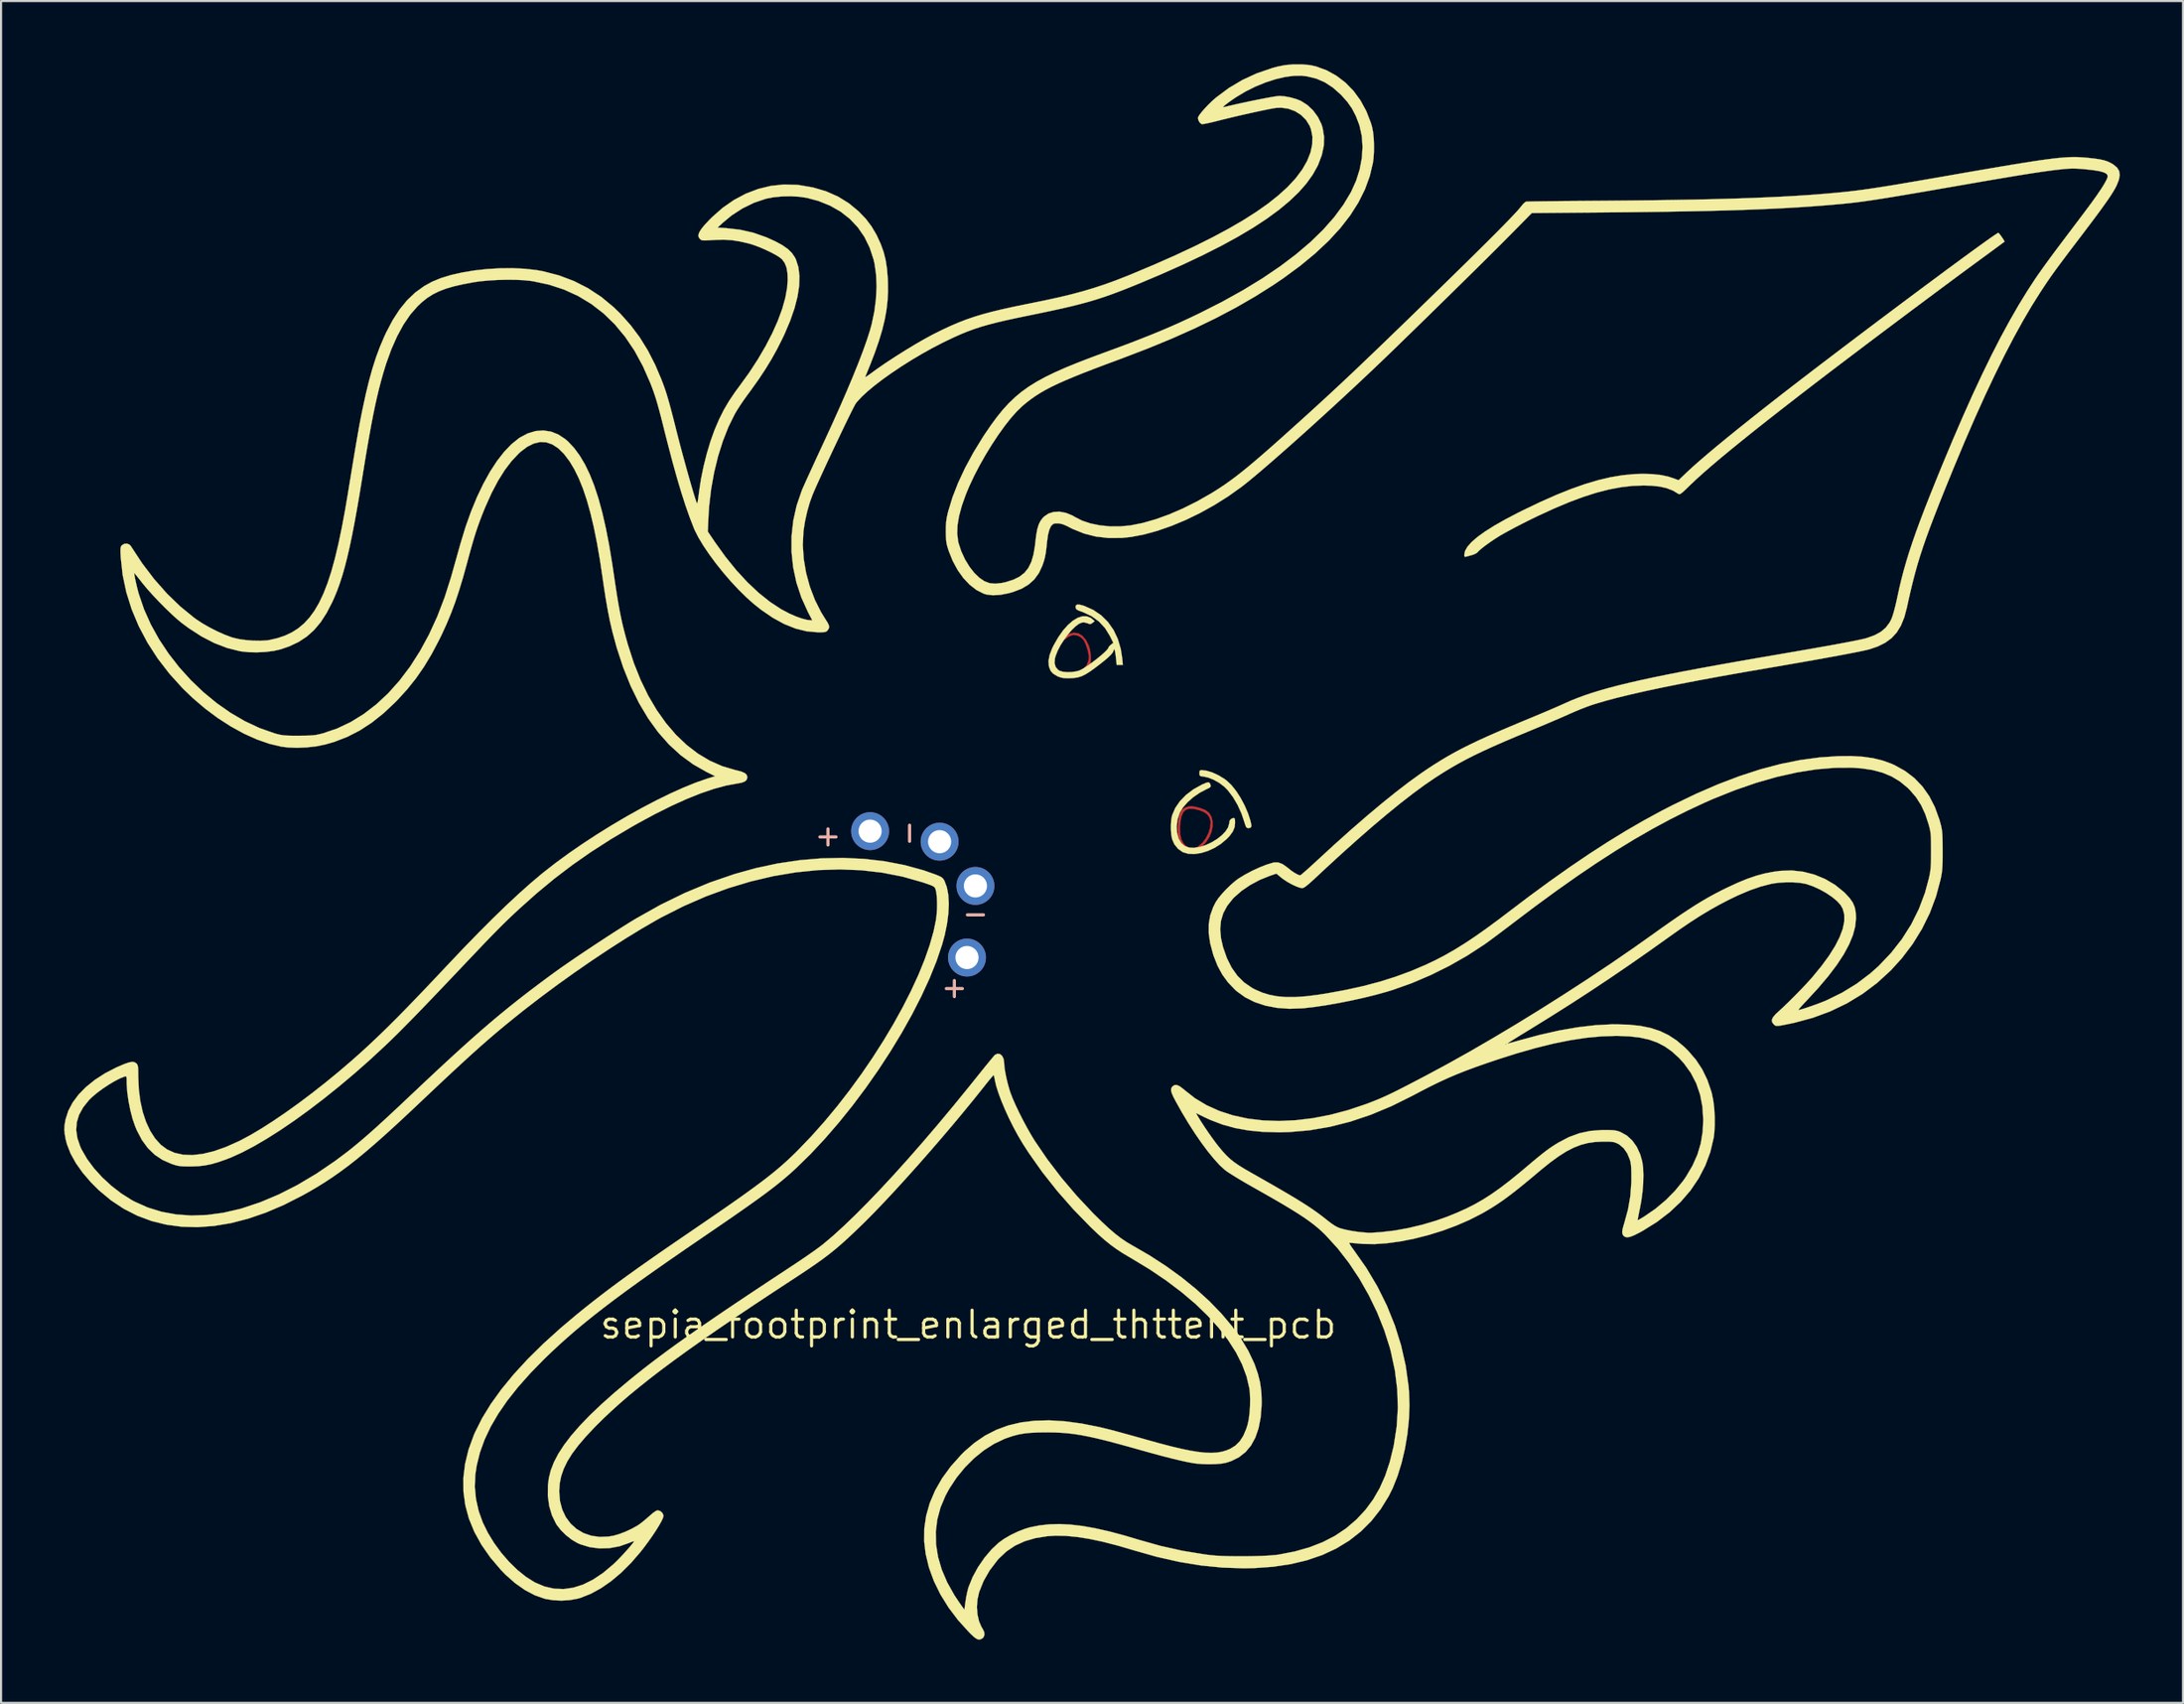
<source format=kicad_pcb>
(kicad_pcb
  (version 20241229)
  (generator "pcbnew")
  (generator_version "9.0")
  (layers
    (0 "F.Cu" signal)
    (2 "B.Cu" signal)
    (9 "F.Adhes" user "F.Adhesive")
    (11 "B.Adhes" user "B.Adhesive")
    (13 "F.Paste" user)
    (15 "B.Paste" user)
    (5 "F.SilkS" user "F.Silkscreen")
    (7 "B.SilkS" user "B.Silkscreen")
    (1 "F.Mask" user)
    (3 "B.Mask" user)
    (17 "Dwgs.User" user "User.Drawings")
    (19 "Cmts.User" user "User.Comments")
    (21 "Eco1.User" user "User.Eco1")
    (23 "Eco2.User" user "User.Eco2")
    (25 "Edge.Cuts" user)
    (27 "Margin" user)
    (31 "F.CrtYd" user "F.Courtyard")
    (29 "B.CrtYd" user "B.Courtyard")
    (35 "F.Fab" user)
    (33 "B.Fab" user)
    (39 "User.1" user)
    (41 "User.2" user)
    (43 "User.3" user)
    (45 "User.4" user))
  (footprint "sepia_footprint_enlarged_thttent_pcb"
    (layer "F.Cu")
    (at 48.557 40.704)
    (property "Reference" "sepia_footprint_enlarged_thttent_pcb" (at -5.64 19.13 0) (layer "F.SilkS") (effects (font (size 1.27 1.27) (thickness 0.15))))
    (attr through_hole)
    (fp_poly (pts (xy -0.409 -13.685) (xy -0.221 -13.571) (xy -0.056 -13.378) (xy 0.081 -13.106) (xy 0.086 -13.092) (xy 0.143 -12.893) (xy 0.175 -12.674) (xy 0.182 -12.462) (xy 0.161 -12.283) (xy 0.13 -12.192) (xy -0.029 -11.977) (xy -0.248 -11.821) (xy -0.526 -11.724) (xy -0.863 -11.686) (xy -0.922 -11.686) (xy -1.135 -11.695) (xy -1.292 -11.725) (xy -1.411 -11.773) (xy -1.575 -11.903) (xy -1.679 -12.081) (xy -1.722 -12.295) (xy -1.715 -12.395) (xy -1.609 -12.395) (xy -1.577 -12.158) (xy -1.482 -11.979) (xy -1.326 -11.856) (xy -1.109 -11.791) (xy -0.842 -11.785) (xy -0.666 -11.807) (xy -0.497 -11.842) (xy -0.398 -11.874) (xy -0.171 -12.007) (xy -0.015 -12.186) (xy 0.069 -12.408) (xy 0.085 -12.573) (xy 0.065 -12.738) (xy 0.015 -12.941) (xy -0.055 -13.146) (xy -0.134 -13.319) (xy -0.172 -13.381) (xy -0.303 -13.508) (xy -0.469 -13.59) (xy -0.64 -13.615) (xy -0.69 -13.608) (xy -0.885 -13.529) (xy -1.08 -13.384) (xy -1.263 -13.191) (xy -1.42 -12.967) (xy -1.537 -12.731) (xy -1.601 -12.499) (xy -1.609 -12.395) (xy -1.715 -12.395) (xy -1.706 -12.535) (xy -1.632 -12.79) (xy -1.501 -13.05) (xy -1.313 -13.303) (xy -1.292 -13.327) (xy -1.061 -13.54) (xy -0.834 -13.67) (xy -0.615 -13.718) (xy -0.409 -13.685)) (stroke (width 0.01) (type solid)) (fill yes) (layer "F.Cu"))
    (fp_poly (pts (xy 5.161 -5.452) (xy 5.362 -5.399) (xy 5.556 -5.326) (xy 5.631 -5.291) (xy 5.795 -5.164) (xy 5.905 -4.984) (xy 5.96 -4.767) (xy 5.961 -4.525) (xy 5.909 -4.27) (xy 5.804 -4.017) (xy 5.646 -3.777) (xy 5.582 -3.702) (xy 5.465 -3.587) (xy 5.352 -3.491) (xy 5.285 -3.447) (xy 5.112 -3.396) (xy 4.913 -3.394) (xy 4.729 -3.439) (xy 4.673 -3.467) (xy 4.509 -3.616) (xy 4.391 -3.83) (xy 4.321 -4.102) (xy 4.301 -4.425) (xy 4.306 -4.488) (xy 4.408 -4.488) (xy 4.419 -4.169) (xy 4.48 -3.903) (xy 4.591 -3.698) (xy 4.75 -3.556) (xy 4.826 -3.519) (xy 4.968 -3.48) (xy 5.097 -3.492) (xy 5.245 -3.561) (xy 5.296 -3.592) (xy 5.483 -3.752) (xy 5.644 -3.968) (xy 5.769 -4.217) (xy 5.846 -4.475) (xy 5.865 -4.718) (xy 5.859 -4.776) (xy 5.807 -4.959) (xy 5.705 -5.1) (xy 5.542 -5.21) (xy 5.334 -5.292) (xy 5.063 -5.359) (xy 4.848 -5.366) (xy 4.683 -5.31) (xy 4.563 -5.188) (xy 4.481 -4.996) (xy 4.45 -4.858) (xy 4.408 -4.488) (xy 4.306 -4.488) (xy 4.322 -4.713) (xy 4.367 -4.981) (xy 4.428 -5.178) (xy 4.515 -5.316) (xy 4.638 -5.408) (xy 4.803 -5.468) (xy 4.847 -5.478) (xy 4.98 -5.481) (xy 5.161 -5.452)) (stroke (width 0.01) (type solid)) (fill yes) (layer "F.Cu"))
    (fp_poly (pts (xy -0.377 -13.771) (xy -0.301 -13.739) (xy -0.133 -13.614) (xy 0.021 -13.427) (xy 0.142 -13.203) (xy 0.16 -13.159) (xy 0.258 -12.81) (xy 0.28 -12.499) (xy 0.229 -12.227) (xy 0.107 -11.998) (xy -0.085 -11.815) (xy -0.344 -11.681) (xy -0.67 -11.599) (xy -0.804 -11.583) (xy -0.973 -11.578) (xy -1.137 -11.591) (xy -1.203 -11.603) (xy -1.454 -11.701) (xy -1.642 -11.853) (xy -1.763 -12.054) (xy -1.813 -12.3) (xy -1.809 -12.442) (xy -1.744 -12.74) (xy -1.61 -13.038) (xy -1.42 -13.317) (xy -1.187 -13.556) (xy -1.019 -13.681) (xy -0.811 -13.772) (xy -0.588 -13.803) (xy -0.377 -13.771)) (stroke (width 0.01) (type solid)) (fill yes) (layer "F.Mask"))
    (fp_poly (pts (xy 5.215 -5.536) (xy 5.252 -5.527) (xy 5.549 -5.431) (xy 5.77 -5.311) (xy 5.922 -5.158) (xy 6.011 -4.964) (xy 6.045 -4.721) (xy 6.042 -4.572) (xy 6.018 -4.342) (xy 5.966 -4.153) (xy 5.908 -4.022) (xy 5.791 -3.829) (xy 5.643 -3.64) (xy 5.485 -3.478) (xy 5.337 -3.368) (xy 5.326 -3.362) (xy 5.18 -3.319) (xy 4.994 -3.306) (xy 4.804 -3.324) (xy 4.673 -3.363) (xy 4.5 -3.484) (xy 4.362 -3.678) (xy 4.261 -3.942) (xy 4.211 -4.192) (xy 4.203 -4.365) (xy 4.216 -4.58) (xy 4.245 -4.807) (xy 4.288 -5.02) (xy 4.339 -5.191) (xy 4.368 -5.253) (xy 4.51 -5.429) (xy 4.699 -5.535) (xy 4.935 -5.571) (xy 5.215 -5.536)) (stroke (width 0.01) (type solid)) (fill yes) (layer "F.Mask"))
    (fp_poly (pts (xy -0.269 -13.746) (xy -0.079 -13.598) (xy 0.08 -13.376) (xy 0.169 -13.18) (xy 0.266 -12.834) (xy 0.288 -12.521) (xy 0.236 -12.246) (xy 0.115 -12.013) (xy -0.072 -11.828) (xy -0.322 -11.694) (xy -0.632 -11.618) (xy -0.904 -11.6) (xy -1.185 -11.622) (xy -1.379 -11.68) (xy -1.578 -11.814) (xy -1.72 -12.002) (xy -1.798 -12.23) (xy -1.805 -12.483) (xy -1.801 -12.509) (xy -1.735 -12.752) (xy -1.615 -13.008) (xy -1.456 -13.258) (xy -1.272 -13.48) (xy -1.079 -13.651) (xy -0.973 -13.716) (xy -0.72 -13.807) (xy -0.484 -13.816) (xy -0.269 -13.746)) (stroke (width 0.01) (type solid)) (fill yes) (layer "B.Mask"))
    (fp_poly (pts (xy 5.164 -5.55) (xy 5.399 -5.501) (xy 5.619 -5.423) (xy 5.804 -5.319) (xy 5.889 -5.244) (xy 6.014 -5.053) (xy 6.075 -4.825) (xy 6.08 -4.575) (xy 6.034 -4.316) (xy 5.942 -4.061) (xy 5.812 -3.822) (xy 5.648 -3.614) (xy 5.457 -3.45) (xy 5.246 -3.342) (xy 5.019 -3.305) (xy 5.014 -3.305) (xy 4.875 -3.317) (xy 4.753 -3.345) (xy 4.741 -3.35) (xy 4.561 -3.464) (xy 4.402 -3.653) (xy 4.346 -3.747) (xy 4.307 -3.829) (xy 4.28 -3.918) (xy 4.265 -4.031) (xy 4.257 -4.188) (xy 4.255 -4.407) (xy 4.255 -4.445) (xy 4.257 -4.673) (xy 4.264 -4.837) (xy 4.278 -4.957) (xy 4.304 -5.053) (xy 4.343 -5.146) (xy 4.361 -5.184) (xy 4.444 -5.321) (xy 4.538 -5.437) (xy 4.586 -5.48) (xy 4.736 -5.543) (xy 4.935 -5.565) (xy 5.164 -5.55)) (stroke (width 0.01) (type solid)) (fill yes) (layer "B.Mask"))
    (fp_poly (pts (xy 5.687 -7.165) (xy 5.958 -7.08) (xy 6.241 -6.95) (xy 6.513 -6.784) (xy 6.631 -6.697) (xy 6.855 -6.483) (xy 7.078 -6.204) (xy 7.291 -5.875) (xy 7.482 -5.515) (xy 7.642 -5.142) (xy 7.744 -4.828) (xy 7.788 -4.65) (xy 7.8 -4.538) (xy 7.774 -4.475) (xy 7.708 -4.45) (xy 7.638 -4.446) (xy 7.584 -4.46) (xy 7.542 -4.515) (xy 7.5 -4.628) (xy 7.476 -4.709) (xy 7.332 -5.136) (xy 7.147 -5.544) (xy 6.93 -5.914) (xy 6.692 -6.229) (xy 6.515 -6.41) (xy 6.277 -6.591) (xy 6.011 -6.741) (xy 5.745 -6.845) (xy 5.556 -6.886) (xy 5.427 -6.904) (xy 5.361 -6.929) (xy 5.337 -6.977) (xy 5.334 -7.054) (xy 5.342 -7.152) (xy 5.381 -7.19) (xy 5.45 -7.196) (xy 5.687 -7.165)) (stroke (width 0.01) (type solid)) (fill yes) (layer "F.SilkS"))
    (fp_poly (pts (xy 5.808 -6.598) (xy 5.846 -6.533) (xy 5.862 -6.487) (xy 5.869 -6.426) (xy 5.836 -6.379) (xy 5.747 -6.328) (xy 5.686 -6.3) (xy 5.354 -6.127) (xy 5.044 -5.914) (xy 4.771 -5.674) (xy 4.551 -5.422) (xy 4.406 -5.184) (xy 4.296 -4.857) (xy 4.254 -4.506) (xy 4.273 -4.23) (xy 4.347 -3.947) (xy 4.468 -3.735) (xy 4.636 -3.592) (xy 4.853 -3.517) (xy 4.855 -3.517) (xy 5.098 -3.508) (xy 5.364 -3.551) (xy 5.639 -3.64) (xy 5.909 -3.765) (xy 6.163 -3.919) (xy 6.387 -4.093) (xy 6.568 -4.28) (xy 6.693 -4.472) (xy 6.748 -4.66) (xy 6.75 -4.684) (xy 6.773 -4.806) (xy 6.841 -4.88) (xy 6.859 -4.89) (xy 6.947 -4.926) (xy 6.999 -4.91) (xy 7.022 -4.831) (xy 7.027 -4.695) (xy 7.002 -4.483) (xy 6.919 -4.282) (xy 6.77 -4.077) (xy 6.637 -3.936) (xy 6.359 -3.7) (xy 6.052 -3.506) (xy 5.729 -3.358) (xy 5.404 -3.259) (xy 5.09 -3.214) (xy 4.802 -3.226) (xy 4.552 -3.301) (xy 4.539 -3.307) (xy 4.32 -3.461) (xy 4.146 -3.676) (xy 4.04 -3.916) (xy 4.001 -4.113) (xy 3.981 -4.358) (xy 3.981 -4.618) (xy 4 -4.861) (xy 4.037 -5.048) (xy 4.184 -5.393) (xy 4.407 -5.719) (xy 4.699 -6.02) (xy 5.051 -6.286) (xy 5.456 -6.51) (xy 5.492 -6.527) (xy 5.649 -6.593) (xy 5.748 -6.618) (xy 5.808 -6.598)) (stroke (width 0.01) (type solid)) (fill yes) (layer "F.SilkS"))
    (fp_poly (pts (xy -0.349 -15.051) (xy -0.163 -15.001) (xy -0.13 -14.99) (xy 0.297 -14.799) (xy 0.672 -14.543) (xy 0.992 -14.226) (xy 1.256 -13.851) (xy 1.46 -13.422) (xy 1.601 -12.944) (xy 1.669 -12.499) (xy 1.698 -12.192) (xy 1.406 -12.192) (xy 1.375 -12.499) (xy 1.355 -12.663) (xy 1.334 -12.802) (xy 1.314 -12.886) (xy 1.314 -12.888) (xy 1.289 -12.94) (xy 1.271 -12.918) (xy 1.257 -12.867) (xy 1.22 -12.784) (xy 1.141 -12.684) (xy 1.015 -12.56) (xy 0.835 -12.405) (xy 0.594 -12.214) (xy 0.406 -12.071) (xy 0.146 -11.882) (xy -0.073 -11.745) (xy -0.268 -11.651) (xy -0.46 -11.593) (xy -0.666 -11.565) (xy -0.894 -11.557) (xy -1.091 -11.564) (xy -1.242 -11.591) (xy -1.384 -11.644) (xy -1.427 -11.665) (xy -1.609 -11.776) (xy -1.726 -11.906) (xy -1.798 -12.08) (xy -1.814 -12.144) (xy -1.83 -12.384) (xy -1.776 -12.663) (xy -1.653 -12.983) (xy -1.584 -13.123) (xy -1.368 -13.5) (xy -1.141 -13.823) (xy -0.907 -14.088) (xy -0.671 -14.291) (xy -0.44 -14.43) (xy -0.218 -14.5) (xy -0.01 -14.498) (xy 0.179 -14.42) (xy 0.247 -14.367) (xy 0.36 -14.267) (xy 0.256 -14.186) (xy 0.175 -14.133) (xy 0.107 -14.132) (xy 0.028 -14.168) (xy -0.144 -14.212) (xy -0.236 -14.205) (xy -0.385 -14.143) (xy -0.555 -14.016) (xy -0.738 -13.837) (xy -0.924 -13.618) (xy -1.102 -13.375) (xy -1.263 -13.119) (xy -1.396 -12.863) (xy -1.492 -12.621) (xy -1.527 -12.494) (xy -1.542 -12.272) (xy -1.489 -12.089) (xy -1.369 -11.952) (xy -1.31 -11.916) (xy -1.155 -11.867) (xy -0.949 -11.847) (xy -0.721 -11.853) (xy -0.5 -11.886) (xy -0.357 -11.928) (xy -0.233 -11.989) (xy -0.072 -12.087) (xy 0.113 -12.213) (xy 0.308 -12.357) (xy 0.502 -12.508) (xy 0.682 -12.656) (xy 0.835 -12.792) (xy 0.948 -12.906) (xy 1.009 -12.987) (xy 1.016 -13.011) (xy 1.046 -13.066) (xy 1.12 -13.14) (xy 1.131 -13.148) (xy 1.246 -13.24) (xy 1.085 -13.565) (xy 0.856 -13.937) (xy 0.565 -14.251) (xy 0.217 -14.505) (xy -0.186 -14.695) (xy -0.254 -14.719) (xy -0.404 -14.774) (xy -0.49 -14.82) (xy -0.531 -14.872) (xy -0.543 -14.92) (xy -0.533 -15.012) (xy -0.47 -15.055) (xy -0.349 -15.051)) (stroke (width 0.01) (type solid)) (fill yes) (layer "F.SilkS"))
    (fp_poly (pts (xy 43.31 -32.656) (xy 43.377 -32.57) (xy 43.45 -32.466) (xy 43.514 -32.368) (xy 43.551 -32.299) (xy 43.554 -32.281) (xy 43.518 -32.254) (xy 43.421 -32.183) (xy 43.272 -32.073) (xy 43.079 -31.931) (xy 42.85 -31.763) (xy 42.593 -31.574) (xy 42.397 -31.431) (xy 41.826 -31.012) (xy 41.21 -30.557) (xy 40.558 -30.073) (xy 39.879 -29.567) (xy 39.181 -29.047) (xy 38.475 -28.518) (xy 37.769 -27.989) (xy 37.073 -27.465) (xy 36.396 -26.953) (xy 35.746 -26.461) (xy 35.134 -25.996) (xy 34.568 -25.563) (xy 34.058 -25.171) (xy 33.867 -25.024) (xy 33.078 -24.412) (xy 32.356 -23.847) (xy 31.698 -23.327) (xy 31.101 -22.848) (xy 30.562 -22.41) (xy 30.078 -22.01) (xy 29.648 -21.645) (xy 29.267 -21.314) (xy 28.934 -21.014) (xy 28.646 -20.743) (xy 28.564 -20.663) (xy 28.396 -20.5) (xy 28.275 -20.389) (xy 28.192 -20.324) (xy 28.136 -20.297) (xy 28.095 -20.299) (xy 28.077 -20.309) (xy 27.816 -20.465) (xy 27.523 -20.58) (xy 27.188 -20.657) (xy 26.797 -20.699) (xy 26.416 -20.71) (xy 25.89 -20.69) (xy 25.347 -20.627) (xy 24.78 -20.52) (xy 24.185 -20.367) (xy 23.554 -20.166) (xy 22.881 -19.915) (xy 22.162 -19.612) (xy 21.388 -19.256) (xy 20.913 -19.024) (xy 20.629 -18.88) (xy 20.338 -18.73) (xy 20.062 -18.582) (xy 19.818 -18.449) (xy 19.627 -18.34) (xy 19.595 -18.321) (xy 19.362 -18.174) (xy 19.132 -18.019) (xy 18.918 -17.865) (xy 18.736 -17.724) (xy 18.6 -17.606) (xy 18.531 -17.532) (xy 18.461 -17.481) (xy 18.342 -17.428) (xy 18.267 -17.404) (xy 18.13 -17.367) (xy 18.018 -17.336) (xy 17.981 -17.326) (xy 17.926 -17.329) (xy 17.907 -17.394) (xy 17.907 -17.417) (xy 17.946 -17.603) (xy 18.063 -17.806) (xy 18.258 -18.026) (xy 18.533 -18.264) (xy 18.888 -18.52) (xy 19.323 -18.795) (xy 19.839 -19.089) (xy 20.436 -19.402) (xy 20.696 -19.532) (xy 21.51 -19.921) (xy 22.267 -20.257) (xy 22.973 -20.54) (xy 23.634 -20.774) (xy 24.257 -20.96) (xy 24.847 -21.099) (xy 25.413 -21.194) (xy 25.958 -21.247) (xy 26.395 -21.261) (xy 26.848 -21.247) (xy 27.239 -21.205) (xy 27.584 -21.132) (xy 27.852 -21.045) (xy 28.081 -20.958) (xy 28.488 -21.348) (xy 28.746 -21.587) (xy 29.07 -21.873) (xy 29.455 -22.203) (xy 29.897 -22.574) (xy 30.395 -22.983) (xy 30.943 -23.427) (xy 31.539 -23.903) (xy 32.178 -24.408) (xy 32.858 -24.94) (xy 33.02 -25.066) (xy 33.452 -25.4) (xy 33.914 -25.756) (xy 34.402 -26.13) (xy 34.911 -26.519) (xy 35.439 -26.92) (xy 35.979 -27.33) (xy 36.529 -27.746) (xy 37.083 -28.165) (xy 37.639 -28.583) (xy 38.191 -28.997) (xy 38.736 -29.405) (xy 39.269 -29.803) (xy 39.787 -30.189) (xy 40.285 -30.558) (xy 40.758 -30.909) (xy 41.204 -31.238) (xy 41.617 -31.541) (xy 41.994 -31.816) (xy 42.33 -32.06) (xy 42.621 -32.269) (xy 42.863 -32.441) (xy 43.052 -32.572) (xy 43.184 -32.659) (xy 43.255 -32.7) (xy 43.265 -32.702) (xy 43.31 -32.656)) (stroke (width 0.01) (type solid)) (fill yes) (layer "F.SilkS"))
    (fp_poly (pts (xy 10.582 -40.663) (xy 10.858 -40.604) (xy 11.368 -40.418) (xy 11.839 -40.158) (xy 12.268 -39.83) (xy 12.65 -39.439) (xy 12.98 -38.987) (xy 13.256 -38.481) (xy 13.472 -37.925) (xy 13.53 -37.729) (xy 13.576 -37.496) (xy 13.607 -37.206) (xy 13.621 -36.883) (xy 13.619 -36.553) (xy 13.599 -36.243) (xy 13.571 -36.026) (xy 13.42 -35.39) (xy 13.191 -34.763) (xy 12.882 -34.144) (xy 12.493 -33.532) (xy 12.023 -32.926) (xy 11.471 -32.326) (xy 10.837 -31.73) (xy 10.12 -31.138) (xy 9.32 -30.549) (xy 8.826 -30.214) (xy 7.975 -29.678) (xy 7.076 -29.159) (xy 6.124 -28.657) (xy 5.113 -28.167) (xy 4.035 -27.686) (xy 2.885 -27.212) (xy 1.658 -26.742) (xy 1.584 -26.714) (xy 0.928 -26.471) (xy 0.345 -26.251) (xy -0.17 -26.051) (xy -0.625 -25.868) (xy -1.025 -25.7) (xy -1.378 -25.543) (xy -1.691 -25.393) (xy -1.968 -25.248) (xy -2.218 -25.104) (xy -2.446 -24.959) (xy -2.66 -24.809) (xy -2.866 -24.651) (xy -3.062 -24.488) (xy -3.327 -24.234) (xy -3.614 -23.912) (xy -3.913 -23.532) (xy -4.219 -23.105) (xy -4.524 -22.644) (xy -4.821 -22.159) (xy -5.103 -21.661) (xy -5.363 -21.162) (xy -5.592 -20.673) (xy -5.757 -20.278) (xy -5.948 -19.739) (xy -6.079 -19.253) (xy -6.151 -18.815) (xy -6.164 -18.418) (xy -6.12 -18.058) (xy -6.1 -17.971) (xy -5.971 -17.58) (xy -5.791 -17.193) (xy -5.573 -16.837) (xy -5.349 -16.555) (xy -5.106 -16.322) (xy -4.87 -16.162) (xy -4.626 -16.071) (xy -4.356 -16.046) (xy -4.046 -16.08) (xy -3.841 -16.126) (xy -3.493 -16.237) (xy -3.205 -16.38) (xy -2.972 -16.562) (xy -2.788 -16.792) (xy -2.647 -17.077) (xy -2.544 -17.425) (xy -2.473 -17.844) (xy -2.455 -18.013) (xy -2.413 -18.359) (xy -2.362 -18.635) (xy -2.296 -18.853) (xy -2.211 -19.027) (xy -2.101 -19.172) (xy -2.046 -19.228) (xy -1.833 -19.374) (xy -1.58 -19.453) (xy -1.299 -19.464) (xy -1.002 -19.408) (xy -0.699 -19.284) (xy -0.562 -19.205) (xy -0.228 -19.036) (xy 0.167 -18.905) (xy 0.608 -18.815) (xy 1.081 -18.768) (xy 1.569 -18.766) (xy 2.059 -18.812) (xy 2.068 -18.814) (xy 2.639 -18.927) (xy 3.25 -19.102) (xy 3.891 -19.333) (xy 4.549 -19.617) (xy 5.214 -19.949) (xy 5.873 -20.323) (xy 6.07 -20.444) (xy 6.319 -20.604) (xy 6.566 -20.77) (xy 6.817 -20.949) (xy 7.079 -21.144) (xy 7.357 -21.362) (xy 7.658 -21.607) (xy 7.989 -21.885) (xy 8.356 -22.201) (xy 8.765 -22.559) (xy 9.223 -22.966) (xy 9.716 -23.409) (xy 10.12 -23.773) (xy 10.499 -24.116) (xy 10.858 -24.443) (xy 11.203 -24.759) (xy 11.542 -25.071) (xy 11.878 -25.384) (xy 12.219 -25.703) (xy 12.571 -26.034) (xy 12.939 -26.384) (xy 13.33 -26.757) (xy 13.749 -27.159) (xy 14.203 -27.596) (xy 14.698 -28.074) (xy 15.239 -28.598) (xy 15.832 -29.174) (xy 16.023 -29.36) (xy 16.734 -30.052) (xy 17.384 -30.686) (xy 17.974 -31.264) (xy 18.503 -31.786) (xy 18.972 -32.251) (xy 19.383 -32.662) (xy 19.735 -33.018) (xy 20.03 -33.32) (xy 20.266 -33.569) (xy 20.447 -33.764) (xy 20.57 -33.908) (xy 20.62 -33.972) (xy 20.713 -34.083) (xy 20.801 -34.16) (xy 20.847 -34.183) (xy 20.902 -34.186) (xy 21.035 -34.189) (xy 21.24 -34.193) (xy 21.51 -34.197) (xy 21.839 -34.201) (xy 22.22 -34.205) (xy 22.648 -34.21) (xy 23.115 -34.214) (xy 23.615 -34.218) (xy 24.142 -34.222) (xy 24.426 -34.224) (xy 25.66 -34.235) (xy 26.813 -34.247) (xy 27.891 -34.263) (xy 28.899 -34.281) (xy 29.841 -34.302) (xy 30.721 -34.327) (xy 31.546 -34.355) (xy 32.318 -34.387) (xy 33.043 -34.422) (xy 33.727 -34.461) (xy 34.372 -34.504) (xy 34.985 -34.552) (xy 35.569 -34.604) (xy 35.856 -34.632) (xy 36.116 -34.659) (xy 36.376 -34.689) (xy 36.643 -34.722) (xy 36.926 -34.76) (xy 37.231 -34.804) (xy 37.568 -34.855) (xy 37.942 -34.914) (xy 38.361 -34.982) (xy 38.834 -35.062) (xy 39.368 -35.153) (xy 39.97 -35.257) (xy 40.634 -35.372) (xy 41.451 -35.515) (xy 42.191 -35.643) (xy 42.856 -35.757) (xy 43.454 -35.859) (xy 43.988 -35.948) (xy 44.464 -36.025) (xy 44.886 -36.091) (xy 45.261 -36.147) (xy 45.591 -36.192) (xy 45.884 -36.229) (xy 46.143 -36.257) (xy 46.374 -36.277) (xy 46.581 -36.29) (xy 46.77 -36.296) (xy 46.946 -36.296) (xy 47.113 -36.291) (xy 47.277 -36.281) (xy 47.442 -36.268) (xy 47.499 -36.262) (xy 47.819 -36.227) (xy 48.071 -36.19) (xy 48.273 -36.146) (xy 48.441 -36.091) (xy 48.593 -36.02) (xy 48.728 -35.94) (xy 48.898 -35.798) (xy 48.997 -35.635) (xy 49.025 -35.442) (xy 48.982 -35.212) (xy 48.877 -34.949) (xy 48.809 -34.817) (xy 48.723 -34.669) (xy 48.615 -34.497) (xy 48.482 -34.297) (xy 48.317 -34.063) (xy 48.119 -33.787) (xy 47.881 -33.465) (xy 47.6 -33.091) (xy 47.273 -32.658) (xy 47.168 -32.52) (xy 46.859 -32.114) (xy 46.595 -31.766) (xy 46.371 -31.468) (xy 46.179 -31.211) (xy 46.013 -30.987) (xy 45.868 -30.786) (xy 45.736 -30.6) (xy 45.612 -30.42) (xy 45.489 -30.238) (xy 45.361 -30.045) (xy 45.285 -29.93) (xy 44.863 -29.261) (xy 44.434 -28.533) (xy 43.998 -27.743) (xy 43.553 -26.889) (xy 43.097 -25.967) (xy 42.629 -24.976) (xy 42.149 -23.912) (xy 41.655 -22.773) (xy 41.145 -21.555) (xy 40.702 -20.468) (xy 40.444 -19.822) (xy 40.217 -19.241) (xy 40.017 -18.716) (xy 39.841 -18.236) (xy 39.686 -17.788) (xy 39.547 -17.364) (xy 39.421 -16.95) (xy 39.305 -16.537) (xy 39.196 -16.113) (xy 39.088 -15.668) (xy 38.98 -15.19) (xy 38.922 -14.922) (xy 38.799 -14.457) (xy 38.64 -14.063) (xy 38.441 -13.735) (xy 38.193 -13.464) (xy 37.891 -13.243) (xy 37.528 -13.064) (xy 37.157 -12.937) (xy 37.014 -12.901) (xy 36.794 -12.852) (xy 36.499 -12.792) (xy 36.137 -12.722) (xy 35.71 -12.641) (xy 35.225 -12.552) (xy 34.687 -12.455) (xy 34.101 -12.351) (xy 33.471 -12.241) (xy 32.802 -12.125) (xy 32.322 -12.043) (xy 31.148 -11.841) (xy 30.058 -11.647) (xy 29.049 -11.461) (xy 28.121 -11.282) (xy 27.271 -11.111) (xy 26.499 -10.946) (xy 25.803 -10.788) (xy 25.182 -10.637) (xy 24.634 -10.491) (xy 24.159 -10.351) (xy 23.961 -10.288) (xy 23.73 -10.206) (xy 23.456 -10.1) (xy 23.174 -9.984) (xy 22.915 -9.87) (xy 22.904 -9.866) (xy 22.721 -9.783) (xy 22.475 -9.675) (xy 22.18 -9.549) (xy 21.852 -9.409) (xy 21.505 -9.263) (xy 21.156 -9.118) (xy 21.015 -9.059) (xy 20.373 -8.792) (xy 19.801 -8.549) (xy 19.29 -8.325) (xy 18.83 -8.115) (xy 18.413 -7.916) (xy 18.029 -7.722) (xy 17.669 -7.529) (xy 17.323 -7.332) (xy 16.981 -7.126) (xy 16.635 -6.907) (xy 16.51 -6.826) (xy 16.015 -6.487) (xy 15.469 -6.085) (xy 14.874 -5.623) (xy 14.235 -5.103) (xy 13.553 -4.528) (xy 12.832 -3.899) (xy 12.075 -3.22) (xy 11.284 -2.493) (xy 10.931 -2.163) (xy 10.707 -1.955) (xy 10.534 -1.802) (xy 10.405 -1.695) (xy 10.31 -1.63) (xy 10.242 -1.599) (xy 10.211 -1.595) (xy 10.088 -1.619) (xy 9.918 -1.682) (xy 9.722 -1.774) (xy 9.521 -1.885) (xy 9.336 -2.005) (xy 9.225 -2.089) (xy 8.988 -2.285) (xy 8.696 -2.186) (xy 8.203 -1.988) (xy 7.742 -1.742) (xy 7.328 -1.46) (xy 6.977 -1.15) (xy 6.912 -1.082) (xy 6.649 -0.748) (xy 6.464 -0.401) (xy 6.355 -0.035) (xy 6.32 0.359) (xy 6.359 0.786) (xy 6.456 1.208) (xy 6.638 1.729) (xy 6.864 2.18) (xy 7.136 2.563) (xy 7.457 2.882) (xy 7.829 3.139) (xy 7.98 3.219) (xy 8.313 3.363) (xy 8.659 3.469) (xy 9.029 3.54) (xy 9.432 3.575) (xy 9.878 3.575) (xy 10.376 3.541) (xy 10.936 3.472) (xy 11.367 3.405) (xy 12.275 3.238) (xy 13.114 3.053) (xy 13.898 2.846) (xy 14.641 2.612) (xy 15.357 2.349) (xy 16.06 2.051) (xy 16.06 2.051) (xy 16.519 1.834) (xy 16.975 1.597) (xy 17.438 1.333) (xy 17.916 1.037) (xy 18.42 0.702) (xy 18.958 0.323) (xy 19.54 -0.106) (xy 19.96 -0.425) (xy 20.994 -1.208) (xy 21.98 -1.931) (xy 22.923 -2.598) (xy 23.831 -3.213) (xy 24.71 -3.782) (xy 25.566 -4.307) (xy 26.406 -4.794) (xy 27.237 -5.247) (xy 27.813 -5.543) (xy 28.907 -6.07) (xy 29.96 -6.526) (xy 30.977 -6.913) (xy 31.961 -7.233) (xy 32.917 -7.486) (xy 33.849 -7.674) (xy 34.762 -7.798) (xy 35.66 -7.86) (xy 35.666 -7.86) (xy 36.277 -7.865) (xy 36.823 -7.833) (xy 37.316 -7.763) (xy 37.768 -7.652) (xy 38.191 -7.498) (xy 38.341 -7.431) (xy 38.838 -7.154) (xy 39.277 -6.818) (xy 39.657 -6.422) (xy 39.98 -5.964) (xy 40.247 -5.444) (xy 40.459 -4.86) (xy 40.504 -4.702) (xy 40.541 -4.56) (xy 40.569 -4.434) (xy 40.588 -4.307) (xy 40.602 -4.163) (xy 40.61 -3.987) (xy 40.614 -3.763) (xy 40.616 -3.474) (xy 40.616 -3.387) (xy 40.616 -3.068) (xy 40.613 -2.817) (xy 40.605 -2.615) (xy 40.592 -2.445) (xy 40.573 -2.291) (xy 40.545 -2.133) (xy 40.52 -2.011) (xy 40.304 -1.204) (xy 40.01 -0.419) (xy 39.638 0.336) (xy 39.194 1.056) (xy 38.679 1.735) (xy 38.149 2.317) (xy 37.504 2.907) (xy 36.813 3.426) (xy 36.074 3.874) (xy 35.289 4.252) (xy 34.458 4.559) (xy 33.581 4.796) (xy 33.422 4.83) (xy 33.163 4.883) (xy 32.973 4.92) (xy 32.839 4.94) (xy 32.749 4.945) (xy 32.687 4.935) (xy 32.642 4.91) (xy 32.601 4.872) (xy 32.597 4.868) (xy 32.522 4.765) (xy 32.51 4.657) (xy 32.563 4.537) (xy 32.686 4.392) (xy 32.798 4.287) (xy 33.033 4.071) (xy 33.302 3.812) (xy 33.589 3.527) (xy 33.873 3.236) (xy 34.138 2.958) (xy 34.364 2.709) (xy 34.438 2.625) (xy 34.867 2.102) (xy 35.226 1.611) (xy 35.514 1.152) (xy 35.73 0.727) (xy 35.876 0.336) (xy 35.949 -0.018) (xy 35.949 -0.335) (xy 35.876 -0.613) (xy 35.773 -0.795) (xy 35.605 -0.981) (xy 35.373 -1.173) (xy 35.095 -1.361) (xy 34.789 -1.532) (xy 34.474 -1.677) (xy 34.168 -1.783) (xy 34.099 -1.802) (xy 33.839 -1.847) (xy 33.526 -1.871) (xy 33.187 -1.873) (xy 32.852 -1.854) (xy 32.55 -1.813) (xy 32.491 -1.802) (xy 31.985 -1.671) (xy 31.456 -1.488) (xy 30.892 -1.248) (xy 30.459 -1.039) (xy 29.995 -0.797) (xy 29.544 -0.544) (xy 29.091 -0.27) (xy 28.621 0.033) (xy 28.116 0.377) (xy 27.686 0.682) (xy 26.687 1.393) (xy 25.733 2.058) (xy 24.806 2.69) (xy 23.889 3.3) (xy 22.965 3.899) (xy 22.015 4.5) (xy 21.023 5.113) (xy 20.797 5.251) (xy 20.557 5.397) (xy 20.344 5.529) (xy 20.168 5.64) (xy 20.038 5.723) (xy 19.964 5.772) (xy 19.951 5.784) (xy 19.994 5.777) (xy 20.101 5.75) (xy 20.259 5.707) (xy 20.449 5.653) (xy 20.469 5.647) (xy 21.467 5.377) (xy 22.407 5.164) (xy 23.293 5.01) (xy 24.127 4.912) (xy 24.915 4.87) (xy 25.103 4.869) (xy 25.718 4.887) (xy 26.266 4.944) (xy 26.757 5.044) (xy 27.2 5.19) (xy 27.607 5.386) (xy 27.988 5.636) (xy 28.351 5.942) (xy 28.543 6.132) (xy 28.908 6.557) (xy 29.205 7.009) (xy 29.444 7.502) (xy 29.633 8.052) (xy 29.664 8.168) (xy 29.729 8.488) (xy 29.774 8.862) (xy 29.797 9.264) (xy 29.798 9.665) (xy 29.776 10.038) (xy 29.744 10.272) (xy 29.587 10.936) (xy 29.35 11.573) (xy 29.037 12.179) (xy 28.649 12.753) (xy 28.187 13.291) (xy 27.654 13.791) (xy 27.052 14.252) (xy 26.383 14.669) (xy 26.201 14.769) (xy 25.958 14.89) (xy 25.772 14.96) (xy 25.633 14.981) (xy 25.529 14.956) (xy 25.47 14.909) (xy 25.423 14.835) (xy 25.405 14.741) (xy 25.419 14.611) (xy 25.466 14.429) (xy 25.507 14.296) (xy 25.683 13.65) (xy 25.792 13.019) (xy 25.839 12.374) (xy 25.841 12.213) (xy 25.84 11.925) (xy 25.834 11.705) (xy 25.82 11.536) (xy 25.798 11.401) (xy 25.771 11.298) (xy 25.646 10.997) (xy 25.477 10.754) (xy 25.273 10.579) (xy 25.21 10.543) (xy 25.112 10.496) (xy 25.02 10.466) (xy 24.914 10.448) (xy 24.771 10.439) (xy 24.572 10.437) (xy 24.491 10.437) (xy 24.122 10.454) (xy 23.774 10.505) (xy 23.437 10.593) (xy 23.1 10.725) (xy 22.753 10.904) (xy 22.388 11.135) (xy 21.992 11.423) (xy 21.558 11.772) (xy 21.463 11.852) (xy 21.033 12.213) (xy 20.656 12.523) (xy 20.322 12.791) (xy 20.02 13.022) (xy 19.742 13.225) (xy 19.478 13.406) (xy 19.217 13.573) (xy 18.951 13.733) (xy 18.733 13.857) (xy 18.152 14.154) (xy 17.529 14.424) (xy 16.879 14.665) (xy 16.212 14.872) (xy 15.543 15.042) (xy 14.884 15.173) (xy 14.249 15.26) (xy 13.65 15.302) (xy 13.1 15.294) (xy 12.963 15.283) (xy 12.771 15.265) (xy 12.609 15.251) (xy 12.496 15.242) (xy 12.455 15.24) (xy 12.455 15.271) (xy 12.5 15.354) (xy 12.581 15.475) (xy 12.651 15.569) (xy 13.252 16.424) (xy 13.781 17.311) (xy 14.234 18.225) (xy 14.611 19.161) (xy 14.909 20.114) (xy 15.127 21.081) (xy 15.263 22.055) (xy 15.283 22.291) (xy 15.305 22.952) (xy 15.279 23.636) (xy 15.206 24.329) (xy 15.09 25.016) (xy 14.934 25.68) (xy 14.741 26.306) (xy 14.513 26.88) (xy 14.323 27.263) (xy 13.938 27.885) (xy 13.497 28.445) (xy 12.999 28.942) (xy 12.445 29.377) (xy 11.834 29.75) (xy 11.167 30.061) (xy 10.442 30.309) (xy 9.66 30.496) (xy 8.821 30.62) (xy 7.923 30.683) (xy 7.432 30.692) (xy 6.425 30.658) (xy 5.407 30.557) (xy 4.371 30.387) (xy 3.309 30.147) (xy 2.244 29.845) (xy 1.471 29.618) (xy 0.764 29.435) (xy 0.117 29.298) (xy -0.473 29.204) (xy -1.012 29.153) (xy -1.506 29.144) (xy -1.875 29.167) (xy -2.446 29.257) (xy -2.958 29.406) (xy -3.416 29.615) (xy -3.822 29.888) (xy -4.182 30.225) (xy -4.257 30.309) (xy -4.626 30.795) (xy -4.912 31.293) (xy -5.119 31.808) (xy -5.128 31.836) (xy -5.204 32.177) (xy -5.229 32.531) (xy -5.204 32.879) (xy -5.131 33.201) (xy -5.013 33.476) (xy -4.957 33.565) (xy -4.884 33.716) (xy -4.873 33.861) (xy -4.925 33.978) (xy -4.962 34.012) (xy -5.056 34.064) (xy -5.146 34.076) (xy -5.244 34.041) (xy -5.365 33.954) (xy -5.52 33.81) (xy -5.592 33.738) (xy -6.119 33.158) (xy -6.576 32.553) (xy -6.962 31.931) (xy -7.273 31.295) (xy -7.507 30.652) (xy -7.662 30.005) (xy -7.731 29.422) (xy -7.727 28.807) (xy -7.638 28.197) (xy -7.467 27.595) (xy -7.215 27.002) (xy -6.883 26.422) (xy -6.471 25.857) (xy -5.981 25.309) (xy -5.807 25.135) (xy -5.339 24.732) (xy -4.841 24.393) (xy -4.309 24.12) (xy -3.742 23.911) (xy -3.136 23.767) (xy -2.487 23.686) (xy -1.793 23.669) (xy -1.05 23.714) (xy -0.256 23.821) (xy 0.592 23.99) (xy 0.908 24.066) (xy 1.106 24.116) (xy 1.368 24.185) (xy 1.677 24.269) (xy 2.017 24.363) (xy 2.372 24.461) (xy 2.723 24.56) (xy 2.773 24.575) (xy 3.406 24.751) (xy 3.966 24.898) (xy 4.461 25.016) (xy 4.896 25.106) (xy 5.278 25.168) (xy 5.614 25.204) (xy 5.91 25.213) (xy 6.173 25.197) (xy 6.409 25.157) (xy 6.625 25.092) (xy 6.804 25.016) (xy 7.047 24.865) (xy 7.249 24.664) (xy 7.417 24.405) (xy 7.557 24.077) (xy 7.623 23.87) (xy 7.676 23.623) (xy 7.715 23.321) (xy 7.737 22.989) (xy 7.742 22.656) (xy 7.729 22.348) (xy 7.706 22.153) (xy 7.573 21.585) (xy 7.359 21.011) (xy 7.065 20.433) (xy 6.694 19.855) (xy 6.248 19.277) (xy 5.73 18.705) (xy 5.142 18.138) (xy 4.486 17.582) (xy 3.765 17.037) (xy 2.981 16.507) (xy 2.136 15.994) (xy 2.064 15.952) (xy 1.716 15.747) (xy 1.407 15.545) (xy 1.117 15.335) (xy 0.829 15.102) (xy 0.525 14.832) (xy 0.188 14.512) (xy 0.154 14.479) (xy -0.654 13.648) (xy -1.417 12.779) (xy -2.125 11.884) (xy -2.765 10.978) (xy -3.055 10.528) (xy -3.279 10.15) (xy -3.498 9.745) (xy -3.706 9.328) (xy -3.897 8.911) (xy -4.065 8.509) (xy -4.205 8.135) (xy -4.311 7.802) (xy -4.376 7.523) (xy -4.382 7.482) (xy -4.405 7.366) (xy -4.428 7.294) (xy -4.439 7.283) (xy -4.473 7.316) (xy -4.55 7.404) (xy -4.66 7.536) (xy -4.793 7.701) (xy -4.889 7.823) (xy -5.362 8.414) (xy -5.865 9.029) (xy -6.392 9.661) (xy -6.935 10.299) (xy -7.486 10.936) (xy -8.037 11.562) (xy -8.58 12.168) (xy -9.107 12.746) (xy -9.611 13.286) (xy -10.084 13.78) (xy -10.518 14.219) (xy -10.701 14.398) (xy -11.057 14.741) (xy -11.376 15.04) (xy -11.673 15.307) (xy -11.959 15.551) (xy -12.248 15.783) (xy -12.552 16.013) (xy -12.885 16.25) (xy -13.259 16.506) (xy -13.687 16.79) (xy -13.906 16.934) (xy -14.911 17.593) (xy -15.846 18.212) (xy -16.715 18.795) (xy -17.522 19.344) (xy -18.269 19.862) (xy -18.962 20.351) (xy -19.603 20.816) (xy -20.196 21.257) (xy -20.746 21.679) (xy -21.254 22.083) (xy -21.727 22.472) (xy -22.166 22.85) (xy -22.576 23.219) (xy -22.96 23.581) (xy -23.322 23.94) (xy -23.369 23.988) (xy -23.795 24.441) (xy -24.152 24.858) (xy -24.444 25.247) (xy -24.674 25.616) (xy -24.846 25.971) (xy -24.966 26.32) (xy -25.036 26.669) (xy -25.06 27.026) (xy -25.06 27.051) (xy -25.023 27.498) (xy -24.916 27.904) (xy -24.745 28.264) (xy -24.516 28.573) (xy -24.234 28.826) (xy -23.907 29.019) (xy -23.539 29.146) (xy -23.137 29.203) (xy -22.707 29.185) (xy -22.466 29.142) (xy -22.202 29.065) (xy -21.905 28.95) (xy -21.609 28.812) (xy -21.346 28.665) (xy -21.268 28.614) (xy -21.141 28.519) (xy -20.982 28.39) (xy -20.82 28.249) (xy -20.774 28.208) (xy -20.596 28.055) (xy -20.46 27.965) (xy -20.38 27.94) (xy -20.261 27.976) (xy -20.161 28.064) (xy -20.11 28.177) (xy -20.108 28.201) (xy -20.134 28.303) (xy -20.207 28.46) (xy -20.32 28.662) (xy -20.468 28.9) (xy -20.643 29.163) (xy -20.84 29.441) (xy -21.051 29.725) (xy -21.199 29.914) (xy -21.648 30.434) (xy -22.114 30.898) (xy -22.591 31.3) (xy -23.074 31.635) (xy -23.554 31.899) (xy -24.026 32.087) (xy -24.194 32.135) (xy -24.556 32.201) (xy -24.953 32.224) (xy -25.349 32.206) (xy -25.709 32.146) (xy -25.744 32.138) (xy -26.213 31.973) (xy -26.681 31.727) (xy -27.144 31.403) (xy -27.596 31.006) (xy -27.819 30.777) (xy -28.327 30.18) (xy -28.751 29.573) (xy -29.09 28.957) (xy -29.346 28.332) (xy -29.517 27.696) (xy -29.605 27.051) (xy -29.608 26.396) (xy -29.527 25.732) (xy -29.363 25.057) (xy -29.114 24.372) (xy -29.058 24.243) (xy -28.723 23.575) (xy -28.305 22.892) (xy -27.803 22.195) (xy -27.219 21.484) (xy -26.553 20.76) (xy -25.804 20.022) (xy -24.973 19.272) (xy -24.257 18.669) (xy -23.874 18.358) (xy -23.493 18.055) (xy -23.105 17.753) (xy -22.705 17.449) (xy -22.285 17.136) (xy -21.838 16.81) (xy -21.356 16.464) (xy -20.833 16.095) (xy -20.262 15.697) (xy -19.635 15.265) (xy -18.945 14.793) (xy -18.796 14.691) (xy -18.158 14.255) (xy -17.585 13.862) (xy -17.071 13.507) (xy -16.613 13.186) (xy -16.203 12.895) (xy -15.838 12.63) (xy -15.51 12.387) (xy -15.215 12.162) (xy -14.948 11.951) (xy -14.703 11.749) (xy -14.474 11.552) (xy -14.256 11.357) (xy -14.045 11.159) (xy -13.833 10.954) (xy -13.717 10.838) (xy -13.088 10.183) (xy -12.468 9.488) (xy -11.863 8.76) (xy -11.276 8.004) (xy -10.711 7.229) (xy -10.172 6.44) (xy -9.663 5.644) (xy -9.188 4.849) (xy -8.752 4.06) (xy -8.358 3.285) (xy -8.01 2.531) (xy -7.713 1.803) (xy -7.47 1.109) (xy -7.285 0.455) (xy -7.174 -0.078) (xy -7.142 -0.334) (xy -7.124 -0.614) (xy -7.121 -0.896) (xy -7.131 -1.159) (xy -7.155 -1.382) (xy -7.192 -1.544) (xy -7.195 -1.552) (xy -7.219 -1.606) (xy -7.256 -1.65) (xy -7.319 -1.692) (xy -7.42 -1.737) (xy -7.575 -1.793) (xy -7.795 -1.867) (xy -7.824 -1.877) (xy -8.758 -2.141) (xy -9.724 -2.33) (xy -10.719 -2.445) (xy -11.737 -2.484) (xy -12.775 -2.451) (xy -13.828 -2.344) (xy -14.891 -2.165) (xy -15.96 -1.914) (xy -17.031 -1.592) (xy -18.1 -1.2) (xy -19.161 -0.737) (xy -20.21 -0.206) (xy -20.453 -0.072) (xy -21.163 0.34) (xy -21.92 0.803) (xy -22.71 1.309) (xy -23.52 1.849) (xy -24.338 2.415) (xy -25.151 2.997) (xy -25.946 3.588) (xy -26.71 4.177) (xy -26.86 4.296) (xy -27.202 4.57) (xy -27.53 4.836) (xy -27.85 5.101) (xy -28.169 5.37) (xy -28.493 5.65) (xy -28.83 5.946) (xy -29.185 6.264) (xy -29.565 6.611) (xy -29.978 6.991) (xy -30.429 7.411) (xy -30.924 7.876) (xy -31.472 8.393) (xy -31.665 8.576) (xy -32.276 9.151) (xy -32.835 9.67) (xy -33.348 10.136) (xy -33.822 10.556) (xy -34.264 10.935) (xy -34.679 11.277) (xy -35.074 11.587) (xy -35.456 11.87) (xy -35.83 12.132) (xy -36.203 12.378) (xy -36.581 12.612) (xy -36.971 12.839) (xy -37.254 12.996) (xy -38.128 13.441) (xy -38.986 13.807) (xy -39.827 14.096) (xy -40.649 14.308) (xy -41.45 14.441) (xy -42.229 14.498) (xy -42.984 14.477) (xy -43.714 14.379) (xy -44.416 14.205) (xy -45.09 13.953) (xy -45.733 13.624) (xy -46.344 13.219) (xy -46.922 12.737) (xy -47.286 12.374) (xy -47.681 11.915) (xy -48.005 11.457) (xy -48.255 11.005) (xy -48.427 10.565) (xy -48.49 10.321) (xy -48.534 10.069) (xy -48.549 9.888) (xy -47.99 9.888) (xy -47.934 10.272) (xy -47.797 10.674) (xy -47.731 10.816) (xy -47.475 11.26) (xy -47.147 11.702) (xy -46.759 12.13) (xy -46.326 12.531) (xy -45.858 12.893) (xy -45.368 13.204) (xy -45.213 13.288) (xy -44.589 13.567) (xy -43.931 13.769) (xy -43.241 13.896) (xy -42.523 13.946) (xy -41.779 13.92) (xy -41.013 13.817) (xy -40.229 13.637) (xy -40.119 13.606) (xy -39.249 13.316) (xy -38.369 12.945) (xy -37.481 12.493) (xy -36.589 11.963) (xy -35.697 11.356) (xy -35.137 10.936) (xy -34.885 10.737) (xy -34.626 10.524) (xy -34.351 10.292) (xy -34.055 10.034) (xy -33.731 9.745) (xy -33.373 9.418) (xy -32.974 9.049) (xy -32.527 8.63) (xy -32.089 8.216) (xy -31.427 7.592) (xy -30.817 7.021) (xy -30.253 6.499) (xy -29.728 6.019) (xy -29.234 5.576) (xy -28.765 5.163) (xy -28.314 4.775) (xy -27.874 4.406) (xy -27.437 4.049) (xy -26.998 3.699) (xy -26.548 3.35) (xy -26.081 2.996) (xy -25.591 2.631) (xy -25.301 2.419) (xy -25.008 2.208) (xy -24.655 1.963) (xy -24.259 1.691) (xy -23.832 1.404) (xy -23.388 1.109) (xy -22.942 0.816) (xy -22.507 0.533) (xy -22.097 0.272) (xy -21.726 0.039) (xy -21.421 -0.146) (xy -20.255 -0.801) (xy -19.087 -1.371) (xy -17.916 -1.858) (xy -16.74 -2.262) (xy -15.737 -2.541) (xy -14.692 -2.765) (xy -13.647 -2.921) (xy -12.609 -3.009) (xy -11.585 -3.03) (xy -10.581 -2.983) (xy -9.605 -2.869) (xy -8.664 -2.688) (xy -7.764 -2.441) (xy -7.188 -2.238) (xy -7.018 -2.168) (xy -6.908 -2.11) (xy -6.837 -2.048) (xy -6.784 -1.967) (xy -6.772 -1.945) (xy -6.657 -1.641) (xy -6.588 -1.275) (xy -6.564 -0.855) (xy -6.585 -0.39) (xy -6.65 0.111) (xy -6.76 0.64) (xy -6.88 1.079) (xy -7.144 1.861) (xy -7.474 2.68) (xy -7.864 3.528) (xy -8.307 4.395) (xy -8.8 5.275) (xy -9.335 6.157) (xy -9.908 7.034) (xy -10.512 7.896) (xy -11.142 8.736) (xy -11.793 9.544) (xy -12.458 10.312) (xy -13.132 11.032) (xy -13.809 11.694) (xy -13.918 11.795) (xy -14.115 11.972) (xy -14.318 12.148) (xy -14.532 12.327) (xy -14.763 12.513) (xy -15.016 12.709) (xy -15.298 12.921) (xy -15.614 13.152) (xy -15.969 13.406) (xy -16.369 13.688) (xy -16.82 14.002) (xy -17.328 14.352) (xy -17.898 14.742) (xy -18.224 14.965) (xy -19.074 15.546) (xy -19.855 16.086) (xy -20.575 16.589) (xy -21.237 17.06) (xy -21.848 17.501) (xy -22.411 17.917) (xy -22.931 18.312) (xy -23.414 18.689) (xy -23.865 19.052) (xy -24.289 19.405) (xy -24.689 19.752) (xy -25.073 20.097) (xy -25.444 20.443) (xy -25.754 20.741) (xy -26.421 21.422) (xy -27.009 22.083) (xy -27.52 22.727) (xy -27.954 23.357) (xy -28.315 23.976) (xy -28.604 24.588) (xy -28.823 25.195) (xy -28.974 25.802) (xy -29.043 26.255) (xy -29.066 26.823) (xy -29.011 27.403) (xy -28.88 27.982) (xy -28.688 28.516) (xy -28.446 29.008) (xy -28.15 29.492) (xy -27.811 29.955) (xy -27.44 30.384) (xy -27.047 30.767) (xy -26.643 31.093) (xy -26.239 31.348) (xy -26.2 31.369) (xy -25.756 31.556) (xy -25.306 31.659) (xy -24.85 31.678) (xy -24.389 31.612) (xy -23.923 31.463) (xy -23.453 31.23) (xy -22.979 30.913) (xy -22.502 30.512) (xy -22.426 30.442) (xy -22.284 30.302) (xy -22.128 30.14) (xy -21.968 29.969) (xy -21.817 29.801) (xy -21.684 29.648) (xy -21.581 29.522) (xy -21.519 29.437) (xy -21.505 29.407) (xy -21.54 29.41) (xy -21.631 29.442) (xy -21.734 29.485) (xy -22.196 29.647) (xy -22.673 29.735) (xy -23.151 29.748) (xy -23.618 29.686) (xy -24.061 29.55) (xy -24.195 29.491) (xy -24.466 29.331) (xy -24.739 29.117) (xy -24.987 28.871) (xy -25.183 28.618) (xy -25.206 28.581) (xy -25.403 28.178) (xy -25.535 27.731) (xy -25.599 27.252) (xy -25.594 26.753) (xy -25.552 26.416) (xy -25.46 26.043) (xy -25.31 25.656) (xy -25.099 25.253) (xy -24.825 24.832) (xy -24.487 24.39) (xy -24.083 23.926) (xy -23.611 23.436) (xy -23.069 22.918) (xy -22.455 22.371) (xy -21.767 21.792) (xy -21.378 21.477) (xy -21.028 21.199) (xy -20.66 20.915) (xy -20.271 20.621) (xy -19.857 20.315) (xy -19.413 19.994) (xy -18.934 19.654) (xy -18.415 19.292) (xy -17.854 18.905) (xy -17.244 18.49) (xy -16.581 18.044) (xy -15.861 17.564) (xy -15.08 17.046) (xy -14.232 16.487) (xy -13.97 16.314) (xy -13.68 16.122) (xy -13.392 15.926) (xy -13.119 15.737) (xy -12.874 15.564) (xy -12.674 15.417) (xy -12.531 15.307) (xy -12.062 14.911) (xy -11.552 14.447) (xy -11.002 13.919) (xy -10.417 13.331) (xy -9.8 12.687) (xy -9.154 11.99) (xy -8.483 11.244) (xy -7.79 10.452) (xy -7.078 9.619) (xy -6.351 8.748) (xy -5.613 7.843) (xy -5.23 7.366) (xy -5.028 7.114) (xy -4.84 6.881) (xy -4.674 6.678) (xy -4.537 6.511) (xy -4.436 6.391) (xy -4.377 6.326) (xy -4.369 6.318) (xy -4.248 6.264) (xy -4.132 6.284) (xy -4.034 6.368) (xy -3.965 6.505) (xy -3.937 6.685) (xy -3.937 6.698) (xy -3.923 6.893) (xy -3.885 7.144) (xy -3.828 7.428) (xy -3.756 7.722) (xy -3.675 8.003) (xy -3.638 8.115) (xy -3.534 8.385) (xy -3.393 8.706) (xy -3.224 9.061) (xy -3.037 9.43) (xy -2.841 9.795) (xy -2.646 10.136) (xy -2.484 10.4) (xy -1.885 11.279) (xy -1.217 12.153) (xy -0.493 13.006) (xy 0.271 13.821) (xy 0.338 13.888) (xy 0.707 14.25) (xy 1.034 14.554) (xy 1.33 14.808) (xy 1.606 15.022) (xy 1.873 15.203) (xy 2.14 15.361) (xy 2.151 15.367) (xy 2.977 15.845) (xy 3.76 16.353) (xy 4.496 16.887) (xy 5.179 17.442) (xy 5.807 18.013) (xy 6.373 18.597) (xy 6.873 19.189) (xy 7.304 19.784) (xy 7.66 20.379) (xy 7.937 20.968) (xy 7.957 21.018) (xy 8.111 21.461) (xy 8.215 21.88) (xy 8.272 22.304) (xy 8.289 22.763) (xy 8.285 22.966) (xy 8.24 23.538) (xy 8.141 24.045) (xy 7.989 24.486) (xy 7.784 24.862) (xy 7.525 25.173) (xy 7.211 25.42) (xy 6.844 25.603) (xy 6.599 25.682) (xy 6.388 25.721) (xy 6.118 25.745) (xy 5.815 25.753) (xy 5.503 25.746) (xy 5.207 25.723) (xy 5.038 25.7) (xy 4.745 25.645) (xy 4.402 25.57) (xy 4.002 25.474) (xy 3.539 25.354) (xy 3.007 25.21) (xy 2.475 25.061) (xy 1.868 24.891) (xy 1.331 24.745) (xy 0.857 24.621) (xy 0.434 24.519) (xy 0.055 24.436) (xy -0.29 24.37) (xy -0.612 24.319) (xy -0.918 24.283) (xy -1.219 24.258) (xy -1.524 24.244) (xy -1.841 24.239) (xy -1.905 24.239) (xy -2.322 24.243) (xy -2.673 24.26) (xy -2.978 24.291) (xy -3.255 24.34) (xy -3.524 24.411) (xy -3.802 24.504) (xy -3.916 24.547) (xy -4.413 24.782) (xy -4.899 25.092) (xy -5.364 25.468) (xy -5.798 25.902) (xy -6.192 26.384) (xy -6.537 26.905) (xy -6.72 27.242) (xy -6.957 27.803) (xy -7.111 28.377) (xy -7.181 28.961) (xy -7.169 29.553) (xy -7.075 30.152) (xy -6.898 30.756) (xy -6.639 31.362) (xy -6.298 31.97) (xy -6.063 32.322) (xy -5.824 32.66) (xy -5.77 32.261) (xy -5.735 32.043) (xy -5.688 31.819) (xy -5.639 31.627) (xy -5.625 31.583) (xy -5.435 31.112) (xy -5.179 30.642) (xy -4.871 30.194) (xy -4.528 29.789) (xy -4.199 29.481) (xy -3.94 29.294) (xy -3.625 29.111) (xy -3.282 28.947) (xy -2.941 28.815) (xy -2.711 28.747) (xy -2.262 28.657) (xy -1.796 28.605) (xy -1.304 28.592) (xy -0.781 28.618) (xy -0.218 28.684) (xy 0.39 28.792) (xy 1.05 28.941) (xy 1.77 29.133) (xy 2.455 29.337) (xy 3.491 29.629) (xy 4.516 29.858) (xy 5.567 30.03) (xy 5.842 30.065) (xy 6.092 30.089) (xy 6.405 30.106) (xy 6.763 30.117) (xy 7.149 30.122) (xy 7.548 30.121) (xy 7.942 30.115) (xy 8.315 30.103) (xy 8.649 30.086) (xy 8.93 30.063) (xy 9.102 30.041) (xy 9.862 29.893) (xy 10.556 29.697) (xy 11.189 29.45) (xy 11.767 29.152) (xy 12.294 28.799) (xy 12.776 28.388) (xy 12.804 28.361) (xy 13.22 27.913) (xy 13.581 27.424) (xy 13.891 26.889) (xy 14.153 26.299) (xy 14.37 25.648) (xy 14.546 24.929) (xy 14.563 24.85) (xy 14.699 23.965) (xy 14.754 23.081) (xy 14.725 22.193) (xy 14.614 21.299) (xy 14.419 20.394) (xy 14.376 20.229) (xy 14.108 19.385) (xy 13.772 18.545) (xy 13.374 17.724) (xy 12.923 16.933) (xy 12.425 16.185) (xy 11.887 15.492) (xy 11.316 14.868) (xy 11.305 14.857) (xy 11.134 14.692) (xy 10.953 14.531) (xy 10.756 14.37) (xy 10.536 14.205) (xy 10.287 14.031) (xy 10.002 13.844) (xy 9.674 13.64) (xy 9.297 13.413) (xy 8.863 13.16) (xy 8.367 12.877) (xy 7.881 12.603) (xy 7.59 12.437) (xy 7.31 12.273) (xy 7.052 12.117) (xy 6.83 11.979) (xy 6.656 11.865) (xy 6.543 11.783) (xy 6.538 11.779) (xy 6.294 11.554) (xy 6.025 11.259) (xy 5.735 10.904) (xy 5.432 10.497) (xy 5.121 10.046) (xy 4.809 9.56) (xy 4.521 9.08) (xy 5.168 9.08) (xy 5.28 9.271) (xy 5.41 9.484) (xy 5.576 9.739) (xy 5.761 10.012) (xy 5.949 10.277) (xy 6.122 10.512) (xy 6.21 10.626) (xy 6.412 10.871) (xy 6.596 11.074) (xy 6.78 11.25) (xy 6.979 11.411) (xy 7.21 11.57) (xy 7.489 11.742) (xy 7.762 11.899) (xy 8.32 12.216) (xy 8.811 12.496) (xy 9.24 12.744) (xy 9.616 12.965) (xy 9.944 13.162) (xy 10.232 13.341) (xy 10.486 13.504) (xy 10.713 13.656) (xy 10.92 13.802) (xy 11.113 13.945) (xy 11.3 14.09) (xy 11.383 14.157) (xy 11.597 14.322) (xy 11.771 14.438) (xy 11.926 14.517) (xy 12.039 14.558) (xy 12.268 14.618) (xy 12.548 14.673) (xy 12.844 14.719) (xy 13.102 14.746) (xy 13.236 14.757) (xy 13.347 14.766) (xy 13.361 14.767) (xy 13.435 14.767) (xy 13.575 14.76) (xy 13.761 14.748) (xy 13.973 14.732) (xy 13.996 14.73) (xy 14.602 14.659) (xy 15.248 14.541) (xy 15.909 14.384) (xy 16.556 14.193) (xy 17.107 13.998) (xy 17.573 13.808) (xy 18.003 13.615) (xy 18.409 13.409) (xy 18.804 13.183) (xy 19.199 12.93) (xy 19.607 12.642) (xy 20.04 12.312) (xy 20.51 11.931) (xy 20.828 11.665) (xy 21.131 11.408) (xy 21.382 11.2) (xy 21.592 11.03) (xy 21.772 10.89) (xy 21.933 10.771) (xy 22.087 10.666) (xy 22.245 10.565) (xy 22.367 10.49) (xy 22.868 10.226) (xy 23.371 10.041) (xy 23.893 9.929) (xy 24.451 9.887) (xy 24.532 9.886) (xy 24.772 9.888) (xy 24.949 9.895) (xy 25.084 9.911) (xy 25.197 9.937) (xy 25.31 9.977) (xy 25.324 9.983) (xy 25.622 10.148) (xy 25.881 10.383) (xy 26.095 10.683) (xy 26.259 11.04) (xy 26.358 11.388) (xy 26.397 11.671) (xy 26.411 12.017) (xy 26.402 12.405) (xy 26.369 12.818) (xy 26.314 13.235) (xy 26.253 13.568) (xy 26.209 13.78) (xy 26.174 13.959) (xy 26.149 14.092) (xy 26.138 14.163) (xy 26.138 14.17) (xy 26.175 14.154) (xy 26.267 14.103) (xy 26.397 14.026) (xy 26.457 13.989) (xy 26.979 13.63) (xy 27.471 13.218) (xy 27.917 12.767) (xy 28.301 12.295) (xy 28.435 12.101) (xy 28.745 11.574) (xy 28.977 11.052) (xy 29.135 10.52) (xy 29.226 9.962) (xy 29.252 9.404) (xy 29.215 8.784) (xy 29.104 8.206) (xy 28.92 7.67) (xy 28.662 7.173) (xy 28.329 6.714) (xy 28.09 6.453) (xy 27.767 6.161) (xy 27.431 5.922) (xy 27.072 5.735) (xy 26.678 5.595) (xy 26.24 5.498) (xy 25.746 5.441) (xy 25.186 5.419) (xy 25.104 5.419) (xy 24.422 5.441) (xy 23.706 5.508) (xy 22.951 5.622) (xy 22.15 5.783) (xy 21.3 5.993) (xy 20.392 6.252) (xy 19.558 6.517) (xy 18.978 6.712) (xy 18.463 6.892) (xy 17.999 7.064) (xy 17.57 7.234) (xy 17.16 7.408) (xy 16.753 7.594) (xy 16.334 7.798) (xy 15.886 8.027) (xy 15.452 8.257) (xy 14.457 8.751) (xy 13.472 9.162) (xy 12.496 9.49) (xy 11.526 9.736) (xy 10.56 9.901) (xy 9.597 9.984) (xy 9.102 9.996) (xy 8.354 9.975) (xy 7.667 9.908) (xy 7.029 9.793) (xy 6.428 9.627) (xy 5.854 9.408) (xy 5.566 9.275) (xy 5.168 9.08) (xy 4.521 9.08) (xy 4.502 9.048) (xy 4.205 8.518) (xy 4.198 8.505) (xy 4.085 8.285) (xy 4.015 8.121) (xy 3.987 8) (xy 3.997 7.909) (xy 4.042 7.833) (xy 4.049 7.824) (xy 4.147 7.755) (xy 4.262 7.751) (xy 4.404 7.815) (xy 4.579 7.947) (xy 4.623 7.986) (xy 5.123 8.379) (xy 5.677 8.711) (xy 6.282 8.983) (xy 6.933 9.194) (xy 7.625 9.344) (xy 8.354 9.432) (xy 9.115 9.459) (xy 9.904 9.423) (xy 10.716 9.326) (xy 11.547 9.165) (xy 12.391 8.942) (xy 13.244 8.656) (xy 13.547 8.54) (xy 13.738 8.463) (xy 13.918 8.388) (xy 14.097 8.31) (xy 14.283 8.225) (xy 14.486 8.128) (xy 14.717 8.014) (xy 14.983 7.879) (xy 15.295 7.718) (xy 15.662 7.527) (xy 16.093 7.301) (xy 16.129 7.282) (xy 17.133 6.742) (xy 18.187 6.152) (xy 18.758 5.821) (xy 19.854 5.821) (xy 19.875 5.842) (xy 19.897 5.821) (xy 19.875 5.8) (xy 19.854 5.821) (xy 18.758 5.821) (xy 19.278 5.519) (xy 20.394 4.852) (xy 21.523 4.157) (xy 22.652 3.443) (xy 23.77 2.717) (xy 24.864 1.987) (xy 25.921 1.261) (xy 26.762 0.666) (xy 27.284 0.293) (xy 27.749 -0.033) (xy 28.164 -0.319) (xy 28.54 -0.569) (xy 28.884 -0.79) (xy 29.206 -0.987) (xy 29.515 -1.166) (xy 29.819 -1.332) (xy 30.128 -1.492) (xy 30.374 -1.613) (xy 30.882 -1.848) (xy 31.34 -2.036) (xy 31.767 -2.183) (xy 32.177 -2.293) (xy 32.59 -2.372) (xy 32.904 -2.414) (xy 33.453 -2.434) (xy 33.999 -2.373) (xy 34.53 -2.237) (xy 35.037 -2.028) (xy 35.508 -1.751) (xy 35.932 -1.408) (xy 35.987 -1.355) (xy 36.201 -1.124) (xy 36.35 -0.911) (xy 36.444 -0.691) (xy 36.491 -0.443) (xy 36.504 -0.169) (xy 36.467 0.219) (xy 36.358 0.634) (xy 36.176 1.077) (xy 35.921 1.549) (xy 35.591 2.052) (xy 35.186 2.586) (xy 34.706 3.153) (xy 34.207 3.694) (xy 34.05 3.86) (xy 33.92 4.002) (xy 33.825 4.111) (xy 33.774 4.177) (xy 33.769 4.191) (xy 33.847 4.176) (xy 33.987 4.137) (xy 34.173 4.077) (xy 34.387 4.004) (xy 34.614 3.923) (xy 34.836 3.84) (xy 35.037 3.76) (xy 35.113 3.727) (xy 35.845 3.368) (xy 36.542 2.94) (xy 37.189 2.449) (xy 37.576 2.104) (xy 38.166 1.485) (xy 38.683 0.826) (xy 39.125 0.129) (xy 39.49 -0.605) (xy 39.78 -1.374) (xy 39.969 -2.075) (xy 40.005 -2.245) (xy 40.031 -2.401) (xy 40.049 -2.561) (xy 40.06 -2.745) (xy 40.066 -2.971) (xy 40.068 -3.256) (xy 40.068 -3.365) (xy 40.067 -3.662) (xy 40.064 -3.89) (xy 40.056 -4.068) (xy 40.044 -4.212) (xy 40.024 -4.339) (xy 39.995 -4.466) (xy 39.956 -4.611) (xy 39.955 -4.616) (xy 39.793 -5.107) (xy 39.596 -5.534) (xy 39.356 -5.91) (xy 39.063 -6.251) (xy 38.951 -6.362) (xy 38.592 -6.657) (xy 38.202 -6.893) (xy 37.77 -7.074) (xy 37.289 -7.203) (xy 36.75 -7.283) (xy 36.322 -7.312) (xy 35.49 -7.307) (xy 34.615 -7.233) (xy 33.701 -7.088) (xy 32.753 -6.876) (xy 31.773 -6.596) (xy 30.765 -6.248) (xy 29.734 -5.836) (xy 29.33 -5.659) (xy 28.499 -5.272) (xy 27.667 -4.854) (xy 26.828 -4.401) (xy 25.974 -3.91) (xy 25.101 -3.376) (xy 24.203 -2.797) (xy 23.273 -2.168) (xy 22.305 -1.485) (xy 21.294 -0.746) (xy 20.278 0.021) (xy 19.998 0.235) (xy 19.719 0.445) (xy 19.455 0.644) (xy 19.217 0.82) (xy 19.019 0.966) (xy 18.873 1.071) (xy 18.852 1.085) (xy 18.046 1.61) (xy 17.19 2.097) (xy 16.304 2.536) (xy 15.406 2.919) (xy 14.517 3.235) (xy 14.245 3.319) (xy 13.712 3.467) (xy 13.135 3.609) (xy 12.534 3.742) (xy 11.931 3.862) (xy 11.343 3.965) (xy 10.792 4.046) (xy 10.297 4.103) (xy 10.224 4.11) (xy 9.602 4.131) (xy 9.013 4.088) (xy 8.463 3.982) (xy 7.958 3.814) (xy 7.504 3.586) (xy 7.106 3.3) (xy 7.025 3.228) (xy 6.694 2.883) (xy 6.422 2.511) (xy 6.197 2.095) (xy 6.009 1.619) (xy 5.979 1.524) (xy 5.843 1.013) (xy 5.776 0.543) (xy 5.777 0.108) (xy 5.848 -0.302) (xy 5.989 -0.696) (xy 6.109 -0.931) (xy 6.231 -1.112) (xy 6.405 -1.323) (xy 6.61 -1.544) (xy 6.828 -1.755) (xy 7.041 -1.939) (xy 7.194 -2.051) (xy 7.498 -2.237) (xy 7.834 -2.415) (xy 8.178 -2.574) (xy 8.508 -2.704) (xy 8.801 -2.795) (xy 8.879 -2.814) (xy 9.076 -2.814) (xy 9.286 -2.734) (xy 9.512 -2.573) (xy 9.53 -2.557) (xy 9.68 -2.436) (xy 9.838 -2.328) (xy 9.983 -2.246) (xy 10.092 -2.204) (xy 10.118 -2.201) (xy 10.16 -2.229) (xy 10.255 -2.307) (xy 10.394 -2.428) (xy 10.569 -2.585) (xy 10.771 -2.769) (xy 10.976 -2.958) (xy 11.787 -3.703) (xy 12.565 -4.398) (xy 13.307 -5.042) (xy 14.011 -5.631) (xy 14.672 -6.163) (xy 15.288 -6.636) (xy 15.857 -7.046) (xy 16.171 -7.26) (xy 16.494 -7.471) (xy 16.81 -7.668) (xy 17.126 -7.856) (xy 17.452 -8.039) (xy 17.795 -8.221) (xy 18.163 -8.405) (xy 18.564 -8.597) (xy 19.006 -8.799) (xy 19.498 -9.015) (xy 20.046 -9.25) (xy 20.661 -9.508) (xy 21.167 -9.717) (xy 21.475 -9.846) (xy 21.797 -9.982) (xy 22.11 -10.116) (xy 22.394 -10.24) (xy 22.628 -10.344) (xy 22.691 -10.373) (xy 22.979 -10.5) (xy 23.287 -10.623) (xy 23.617 -10.745) (xy 23.973 -10.864) (xy 24.361 -10.983) (xy 24.783 -11.103) (xy 25.245 -11.223) (xy 25.75 -11.346) (xy 26.302 -11.472) (xy 26.905 -11.602) (xy 27.565 -11.737) (xy 28.283 -11.878) (xy 29.066 -12.026) (xy 29.917 -12.181) (xy 30.84 -12.346) (xy 31.839 -12.52) (xy 32.766 -12.679) (xy 33.573 -12.818) (xy 34.296 -12.943) (xy 34.935 -13.056) (xy 35.492 -13.156) (xy 35.965 -13.244) (xy 36.355 -13.319) (xy 36.663 -13.382) (xy 36.888 -13.432) (xy 37.019 -13.467) (xy 37.387 -13.6) (xy 37.683 -13.761) (xy 37.917 -13.959) (xy 38.098 -14.199) (xy 38.186 -14.369) (xy 38.239 -14.51) (xy 38.301 -14.715) (xy 38.367 -14.967) (xy 38.433 -15.246) (xy 38.459 -15.37) (xy 38.554 -15.806) (xy 38.655 -16.232) (xy 38.766 -16.658) (xy 38.889 -17.091) (xy 39.026 -17.538) (xy 39.181 -18.007) (xy 39.356 -18.507) (xy 39.553 -19.044) (xy 39.776 -19.628) (xy 40.027 -20.265) (xy 40.308 -20.964) (xy 40.598 -21.675) (xy 41.097 -22.867) (xy 41.578 -23.981) (xy 42.043 -25.021) (xy 42.496 -25.99) (xy 42.937 -26.894) (xy 43.369 -27.737) (xy 43.795 -28.521) (xy 44.215 -29.253) (xy 44.633 -29.935) (xy 45.016 -30.522) (xy 45.156 -30.726) (xy 45.334 -30.977) (xy 45.537 -31.259) (xy 45.751 -31.552) (xy 45.963 -31.838) (xy 46.056 -31.962) (xy 46.285 -32.266) (xy 46.546 -32.612) (xy 46.819 -32.974) (xy 47.085 -33.326) (xy 47.324 -33.643) (xy 47.369 -33.703) (xy 47.682 -34.124) (xy 47.944 -34.49) (xy 48.153 -34.799) (xy 48.308 -35.05) (xy 48.409 -35.24) (xy 48.452 -35.354) (xy 48.447 -35.44) (xy 48.384 -35.514) (xy 48.257 -35.576) (xy 48.062 -35.629) (xy 47.793 -35.674) (xy 47.446 -35.714) (xy 47.175 -35.738) (xy 46.959 -35.752) (xy 46.769 -35.755) (xy 46.576 -35.747) (xy 46.351 -35.727) (xy 46.183 -35.71) (xy 45.931 -35.681) (xy 45.646 -35.644) (xy 45.323 -35.599) (xy 44.956 -35.544) (xy 44.539 -35.479) (xy 44.065 -35.402) (xy 43.529 -35.312) (xy 42.925 -35.21) (xy 42.247 -35.093) (xy 41.868 -35.027) (xy 41.108 -34.895) (xy 40.426 -34.777) (xy 39.815 -34.671) (xy 39.27 -34.578) (xy 38.785 -34.496) (xy 38.354 -34.424) (xy 37.971 -34.361) (xy 37.63 -34.307) (xy 37.326 -34.26) (xy 37.051 -34.22) (xy 36.802 -34.185) (xy 36.571 -34.155) (xy 36.352 -34.129) (xy 36.141 -34.105) (xy 35.93 -34.084) (xy 35.715 -34.063) (xy 35.666 -34.059) (xy 35.091 -34.009) (xy 34.503 -33.964) (xy 33.897 -33.922) (xy 33.267 -33.884) (xy 32.607 -33.85) (xy 31.912 -33.819) (xy 31.176 -33.791) (xy 30.395 -33.766) (xy 29.561 -33.744) (xy 28.67 -33.725) (xy 27.716 -33.708) (xy 26.694 -33.693) (xy 25.598 -33.68) (xy 24.516 -33.67) (xy 21.113 -33.641) (xy 19.923 -32.436) (xy 19.682 -32.194) (xy 19.389 -31.9) (xy 19.049 -31.562) (xy 18.67 -31.187) (xy 18.26 -30.782) (xy 17.825 -30.354) (xy 17.374 -29.91) (xy 16.914 -29.458) (xy 16.451 -29.005) (xy 15.994 -28.558) (xy 15.549 -28.124) (xy 15.124 -27.71) (xy 14.727 -27.324) (xy 14.364 -26.973) (xy 14.043 -26.664) (xy 13.784 -26.416) (xy 13.281 -25.94) (xy 12.763 -25.453) (xy 12.234 -24.961) (xy 11.701 -24.469) (xy 11.169 -23.983) (xy 10.645 -23.507) (xy 10.133 -23.046) (xy 9.64 -22.606) (xy 9.171 -22.193) (xy 8.733 -21.81) (xy 8.33 -21.463) (xy 7.97 -21.158) (xy 7.657 -20.9) (xy 7.397 -20.693) (xy 7.324 -20.637) (xy 6.695 -20.189) (xy 6.038 -19.776) (xy 5.364 -19.402) (xy 4.683 -19.071) (xy 4.003 -18.788) (xy 3.337 -18.556) (xy 2.693 -18.38) (xy 2.082 -18.264) (xy 1.643 -18.219) (xy 1.011 -18.216) (xy 0.415 -18.285) (xy -0.152 -18.43) (xy -0.699 -18.652) (xy -0.944 -18.779) (xy -1.142 -18.865) (xy -1.34 -18.911) (xy -1.512 -18.911) (xy -1.606 -18.882) (xy -1.708 -18.787) (xy -1.789 -18.618) (xy -1.853 -18.373) (xy -1.899 -18.049) (xy -1.905 -17.992) (xy -1.935 -17.703) (xy -1.967 -17.474) (xy -2.004 -17.283) (xy -2.053 -17.105) (xy -2.117 -16.918) (xy -2.122 -16.904) (xy -2.288 -16.549) (xy -2.504 -16.252) (xy -2.776 -16.006) (xy -3.11 -15.808) (xy -3.513 -15.653) (xy -3.716 -15.596) (xy -4.115 -15.518) (xy -4.469 -15.497) (xy -4.773 -15.533) (xy -4.904 -15.572) (xy -5.247 -15.746) (xy -5.572 -15.996) (xy -5.873 -16.315) (xy -6.143 -16.695) (xy -6.378 -17.129) (xy -6.57 -17.609) (xy -6.584 -17.653) (xy -6.638 -17.829) (xy -6.673 -17.984) (xy -6.693 -18.146) (xy -6.702 -18.343) (xy -6.705 -18.521) (xy -6.702 -18.777) (xy -6.688 -18.985) (xy -6.66 -19.181) (xy -6.611 -19.401) (xy -6.587 -19.494) (xy -6.388 -20.149) (xy -6.12 -20.836) (xy -5.787 -21.548) (xy -5.394 -22.274) (xy -4.945 -23.007) (xy -4.843 -23.161) (xy -4.558 -23.578) (xy -4.282 -23.954) (xy -4.007 -24.294) (xy -3.726 -24.603) (xy -3.432 -24.886) (xy -3.119 -25.148) (xy -2.778 -25.394) (xy -2.403 -25.628) (xy -1.986 -25.856) (xy -1.522 -26.082) (xy -1.001 -26.312) (xy -0.418 -26.549) (xy 0.235 -26.8) (xy 0.74 -26.987) (xy 1.417 -27.236) (xy 2.026 -27.464) (xy 2.577 -27.677) (xy 3.082 -27.878) (xy 3.554 -28.072) (xy 4.005 -28.266) (xy 4.445 -28.462) (xy 4.887 -28.667) (xy 5.343 -28.885) (xy 5.355 -28.891) (xy 6.418 -29.43) (xy 7.407 -29.98) (xy 8.322 -30.539) (xy 9.161 -31.107) (xy 9.922 -31.682) (xy 10.606 -32.264) (xy 11.21 -32.852) (xy 11.733 -33.444) (xy 12.173 -34.04) (xy 12.531 -34.638) (xy 12.539 -34.654) (xy 12.774 -35.176) (xy 12.943 -35.712) (xy 13.045 -36.251) (xy 13.079 -36.782) (xy 13.044 -37.294) (xy 12.938 -37.775) (xy 12.916 -37.846) (xy 12.76 -38.252) (xy 12.579 -38.601) (xy 12.356 -38.919) (xy 12.076 -39.233) (xy 12.044 -39.266) (xy 11.67 -39.597) (xy 11.284 -39.849) (xy 10.876 -40.025) (xy 10.437 -40.13) (xy 10.207 -40.158) (xy 9.828 -40.157) (xy 9.403 -40.101) (xy 8.946 -39.994) (xy 8.472 -39.84) (xy 7.994 -39.645) (xy 7.526 -39.412) (xy 7.082 -39.146) (xy 7.048 -39.124) (xy 6.821 -38.969) (xy 6.646 -38.842) (xy 6.527 -38.746) (xy 6.468 -38.685) (xy 6.475 -38.664) (xy 6.498 -38.668) (xy 6.77 -38.734) (xy 7.074 -38.804) (xy 7.398 -38.876) (xy 7.729 -38.946) (xy 8.053 -39.013) (xy 8.359 -39.073) (xy 8.634 -39.125) (xy 8.865 -39.165) (xy 9.038 -39.19) (xy 9.143 -39.2) (xy 9.144 -39.2) (xy 9.389 -39.179) (xy 9.667 -39.126) (xy 9.938 -39.049) (xy 10.149 -38.965) (xy 10.457 -38.77) (xy 10.731 -38.51) (xy 10.959 -38.2) (xy 11.126 -37.86) (xy 11.183 -37.68) (xy 11.251 -37.263) (xy 11.239 -36.835) (xy 11.145 -36.394) (xy 10.971 -35.935) (xy 10.943 -35.875) (xy 10.71 -35.459) (xy 10.412 -35.043) (xy 10.047 -34.628) (xy 9.612 -34.212) (xy 9.108 -33.793) (xy 8.532 -33.371) (xy 7.882 -32.945) (xy 7.157 -32.514) (xy 6.356 -32.077) (xy 5.476 -31.633) (xy 4.518 -31.18) (xy 3.478 -30.718) (xy 2.54 -30.322) (xy 2.072 -30.131) (xy 1.644 -29.962) (xy 1.245 -29.811) (xy 0.864 -29.676) (xy 0.489 -29.553) (xy 0.108 -29.438) (xy -0.291 -29.329) (xy -0.718 -29.221) (xy -1.187 -29.112) (xy -1.708 -28.998) (xy -2.292 -28.875) (xy -2.731 -28.785) (xy -3.309 -28.666) (xy -3.815 -28.556) (xy -4.261 -28.452) (xy -4.658 -28.35) (xy -5.018 -28.247) (xy -5.352 -28.138) (xy -5.673 -28.02) (xy -5.992 -27.89) (xy -6.32 -27.744) (xy -6.669 -27.578) (xy -6.837 -27.496) (xy -7.334 -27.239) (xy -7.834 -26.961) (xy -8.328 -26.668) (xy -8.808 -26.365) (xy -9.265 -26.06) (xy -9.691 -25.757) (xy -10.077 -25.462) (xy -10.415 -25.182) (xy -10.696 -24.922) (xy -10.912 -24.689) (xy -10.98 -24.603) (xy -11.022 -24.531) (xy -11.096 -24.391) (xy -11.197 -24.191) (xy -11.32 -23.941) (xy -11.462 -23.65) (xy -11.618 -23.325) (xy -11.784 -22.977) (xy -11.957 -22.614) (xy -12.131 -22.244) (xy -12.303 -21.877) (xy -12.468 -21.522) (xy -12.622 -21.187) (xy -12.762 -20.881) (xy -12.882 -20.613) (xy -12.979 -20.391) (xy -13.027 -20.278) (xy -13.165 -19.899) (xy -13.288 -19.469) (xy -13.388 -19.02) (xy -13.457 -18.585) (xy -13.465 -18.515) (xy -13.495 -17.879) (xy -13.451 -17.223) (xy -13.339 -16.561) (xy -13.161 -15.907) (xy -12.921 -15.277) (xy -12.623 -14.686) (xy -12.43 -14.374) (xy -12.321 -14.202) (xy -12.26 -14.079) (xy -12.243 -13.987) (xy -12.266 -13.908) (xy -12.315 -13.837) (xy -12.358 -13.791) (xy -12.41 -13.762) (xy -12.489 -13.747) (xy -12.614 -13.741) (xy -12.805 -13.742) (xy -12.813 -13.742) (xy -13.323 -13.789) (xy -13.843 -13.919) (xy -14.373 -14.131) (xy -14.914 -14.426) (xy -15.467 -14.804) (xy -15.822 -15.086) (xy -16.182 -15.407) (xy -16.552 -15.772) (xy -16.922 -16.17) (xy -17.283 -16.589) (xy -17.625 -17.018) (xy -17.94 -17.445) (xy -18.219 -17.858) (xy -18.452 -18.246) (xy -18.59 -18.52) (xy -18.004 -18.52) (xy -17.676 -18.033) (xy -17.172 -17.331) (xy -16.655 -16.691) (xy -16.127 -16.118) (xy -15.593 -15.615) (xy -15.057 -15.186) (xy -14.523 -14.835) (xy -14.127 -14.626) (xy -13.818 -14.491) (xy -13.537 -14.391) (xy -13.299 -14.33) (xy -13.158 -14.313) (xy -13.045 -14.309) (xy -13.249 -14.7) (xy -13.562 -15.389) (xy -13.797 -16.1) (xy -13.953 -16.828) (xy -14.03 -17.566) (xy -14.028 -18.305) (xy -13.947 -19.04) (xy -13.785 -19.764) (xy -13.543 -20.468) (xy -13.526 -20.511) (xy -13.48 -20.617) (xy -13.402 -20.791) (xy -13.297 -21.024) (xy -13.168 -21.305) (xy -13.02 -21.627) (xy -12.858 -21.981) (xy -12.684 -22.356) (xy -12.504 -22.744) (xy -12.499 -22.754) (xy -12.101 -23.619) (xy -11.736 -24.432) (xy -11.406 -25.191) (xy -11.111 -25.892) (xy -10.852 -26.533) (xy -10.631 -27.11) (xy -10.449 -27.622) (xy -10.307 -28.065) (xy -10.225 -28.363) (xy -10.098 -28.965) (xy -10.021 -29.57) (xy -9.993 -30.161) (xy -10.016 -30.723) (xy -10.089 -31.24) (xy -10.134 -31.433) (xy -10.319 -31.997) (xy -10.57 -32.508) (xy -10.885 -32.965) (xy -11.263 -33.365) (xy -11.7 -33.708) (xy -12.197 -33.991) (xy -12.75 -34.214) (xy -13.295 -34.361) (xy -13.655 -34.415) (xy -14.059 -34.438) (xy -14.476 -34.43) (xy -14.877 -34.392) (xy -15.23 -34.325) (xy -15.245 -34.321) (xy -15.809 -34.13) (xy -16.356 -33.863) (xy -16.871 -33.53) (xy -17.271 -33.2) (xy -17.544 -32.949) (xy -17.122 -32.923) (xy -16.468 -32.848) (xy -15.842 -32.706) (xy -15.226 -32.49) (xy -14.79 -32.292) (xy -14.462 -32.113) (xy -14.207 -31.934) (xy -14.013 -31.745) (xy -13.871 -31.537) (xy -13.822 -31.438) (xy -13.705 -31.072) (xy -13.654 -30.656) (xy -13.667 -30.191) (xy -13.746 -29.68) (xy -13.888 -29.124) (xy -14.095 -28.527) (xy -14.365 -27.89) (xy -14.48 -27.649) (xy -14.725 -27.166) (xy -14.984 -26.7) (xy -15.269 -26.234) (xy -15.588 -25.752) (xy -15.954 -25.237) (xy -16.146 -24.977) (xy -16.302 -24.759) (xy -16.463 -24.522) (xy -16.609 -24.294) (xy -16.722 -24.103) (xy -16.725 -24.099) (xy -17.025 -23.492) (xy -17.29 -22.819) (xy -17.518 -22.094) (xy -17.705 -21.33) (xy -17.847 -20.54) (xy -17.941 -19.738) (xy -17.977 -19.176) (xy -18.004 -18.52) (xy -18.59 -18.52) (xy -18.629 -18.596) (xy -18.669 -18.691) (xy -18.863 -19.192) (xy -19.06 -19.751) (xy -19.26 -20.372) (xy -19.465 -21.06) (xy -19.677 -21.82) (xy -19.897 -22.656) (xy -20.024 -23.156) (xy -20.135 -23.598) (xy -20.229 -23.969) (xy -20.312 -24.282) (xy -20.385 -24.547) (xy -20.452 -24.776) (xy -20.518 -24.982) (xy -20.584 -25.176) (xy -20.655 -25.37) (xy -20.732 -25.569) (xy -21.084 -26.37) (xy -21.482 -27.102) (xy -21.927 -27.763) (xy -22.417 -28.354) (xy -22.953 -28.875) (xy -23.534 -29.324) (xy -24.16 -29.702) (xy -24.829 -30.008) (xy -25.542 -30.241) (xy -26.298 -30.402) (xy -26.416 -30.42) (xy -26.739 -30.453) (xy -27.122 -30.471) (xy -27.543 -30.475) (xy -27.978 -30.464) (xy -28.406 -30.439) (xy -28.803 -30.402) (xy -29.104 -30.359) (xy -29.62 -30.262) (xy -30.063 -30.161) (xy -30.444 -30.049) (xy -30.775 -29.922) (xy -31.068 -29.775) (xy -31.335 -29.604) (xy -31.586 -29.402) (xy -31.789 -29.21) (xy -32.131 -28.818) (xy -32.452 -28.347) (xy -32.751 -27.799) (xy -33.027 -27.178) (xy -33.278 -26.486) (xy -33.422 -26.014) (xy -33.521 -25.66) (xy -33.615 -25.3) (xy -33.705 -24.924) (xy -33.795 -24.525) (xy -33.884 -24.094) (xy -33.976 -23.621) (xy -34.071 -23.099) (xy -34.173 -22.519) (xy -34.281 -21.872) (xy -34.395 -21.167) (xy -34.53 -20.344) (xy -34.658 -19.599) (xy -34.78 -18.926) (xy -34.898 -18.319) (xy -35.013 -17.772) (xy -35.128 -17.277) (xy -35.243 -16.83) (xy -35.359 -16.424) (xy -35.479 -16.053) (xy -35.604 -15.71) (xy -35.736 -15.39) (xy -35.832 -15.177) (xy -36.1 -14.658) (xy -36.387 -14.215) (xy -36.701 -13.842) (xy -37.05 -13.532) (xy -37.44 -13.277) (xy -37.881 -13.07) (xy -38.291 -12.929) (xy -38.62 -12.855) (xy -39.001 -12.807) (xy -39.405 -12.787) (xy -39.802 -12.795) (xy -40.164 -12.834) (xy -40.228 -12.845) (xy -40.827 -12.997) (xy -41.427 -13.227) (xy -42.03 -13.538) (xy -42.639 -13.931) (xy -42.968 -14.174) (xy -43.199 -14.365) (xy -43.467 -14.608) (xy -43.757 -14.886) (xy -44.052 -15.184) (xy -44.338 -15.487) (xy -44.6 -15.779) (xy -44.823 -16.045) (xy -44.847 -16.076) (xy -44.981 -16.246) (xy -45.095 -16.389) (xy -45.18 -16.493) (xy -45.227 -16.547) (xy -45.233 -16.552) (xy -45.234 -16.514) (xy -45.218 -16.411) (xy -45.189 -16.261) (xy -45.149 -16.08) (xy -45.104 -15.886) (xy -45.056 -15.696) (xy -45.018 -15.559) (xy -44.768 -14.827) (xy -44.445 -14.107) (xy -44.054 -13.403) (xy -43.602 -12.724) (xy -43.096 -12.074) (xy -42.543 -11.463) (xy -41.948 -10.895) (xy -41.319 -10.377) (xy -40.662 -9.917) (xy -39.984 -9.521) (xy -39.291 -9.196) (xy -38.589 -8.948) (xy -38.523 -8.929) (xy -38.38 -8.891) (xy -38.25 -8.864) (xy -38.113 -8.846) (xy -37.952 -8.835) (xy -37.747 -8.83) (xy -37.479 -8.83) (xy -37.423 -8.83) (xy -37.142 -8.832) (xy -36.925 -8.838) (xy -36.754 -8.849) (xy -36.608 -8.867) (xy -36.468 -8.895) (xy -36.313 -8.934) (xy -36.272 -8.945) (xy -35.602 -9.172) (xy -34.955 -9.479) (xy -34.333 -9.863) (xy -33.738 -10.321) (xy -33.172 -10.851) (xy -32.637 -11.45) (xy -32.134 -12.116) (xy -31.668 -12.846) (xy -31.238 -13.637) (xy -30.848 -14.487) (xy -30.5 -15.394) (xy -30.195 -16.354) (xy -30.168 -16.447) (xy -30.093 -16.716) (xy -30.002 -17.038) (xy -29.905 -17.383) (xy -29.81 -17.722) (xy -29.741 -17.966) (xy -29.504 -18.745) (xy -29.242 -19.479) (xy -28.96 -20.163) (xy -28.659 -20.792) (xy -28.343 -21.362) (xy -28.014 -21.867) (xy -27.675 -22.303) (xy -27.329 -22.665) (xy -26.978 -22.947) (xy -26.92 -22.986) (xy -26.552 -23.181) (xy -26.181 -23.292) (xy -25.813 -23.32) (xy -25.452 -23.266) (xy -25.104 -23.129) (xy -24.773 -22.911) (xy -24.631 -22.787) (xy -24.348 -22.483) (xy -24.084 -22.125) (xy -23.838 -21.711) (xy -23.61 -21.238) (xy -23.398 -20.702) (xy -23.2 -20.101) (xy -23.017 -19.429) (xy -22.846 -18.685) (xy -22.687 -17.865) (xy -22.538 -16.965) (xy -22.48 -16.573) (xy -22.401 -16.037) (xy -22.33 -15.571) (xy -22.263 -15.163) (xy -22.197 -14.799) (xy -22.131 -14.466) (xy -22.062 -14.15) (xy -21.986 -13.84) (xy -21.902 -13.52) (xy -21.806 -13.178) (xy -21.796 -13.145) (xy -21.518 -12.283) (xy -21.196 -11.479) (xy -20.834 -10.733) (xy -20.432 -10.05) (xy -19.993 -9.43) (xy -19.52 -8.878) (xy -19.013 -8.394) (xy -18.477 -7.982) (xy -17.912 -7.645) (xy -17.321 -7.384) (xy -16.706 -7.202) (xy -16.658 -7.191) (xy -16.421 -7.13) (xy -16.26 -7.062) (xy -16.166 -6.981) (xy -16.13 -6.882) (xy -16.129 -6.858) (xy -16.156 -6.745) (xy -16.243 -6.661) (xy -16.398 -6.6) (xy -16.616 -6.56) (xy -17.134 -6.465) (xy -17.708 -6.31) (xy -18.335 -6.097) (xy -19.011 -5.826) (xy -19.732 -5.5) (xy -20.497 -5.119) (xy -21.303 -4.684) (xy -21.609 -4.51) (xy -22.615 -3.913) (xy -23.554 -3.31) (xy -24.441 -2.69) (xy -25.295 -2.04) (xy -26.131 -1.348) (xy -26.967 -0.602) (xy -27.22 -0.365) (xy -27.382 -0.212) (xy -27.533 -0.068) (xy -27.68 0.075) (xy -27.83 0.223) (xy -27.989 0.383) (xy -28.165 0.562) (xy -28.363 0.766) (xy -28.59 1.002) (xy -28.852 1.277) (xy -29.157 1.598) (xy -29.511 1.97) (xy -29.675 2.143) (xy -30.197 2.694) (xy -30.667 3.187) (xy -31.088 3.629) (xy -31.467 4.023) (xy -31.807 4.375) (xy -32.114 4.69) (xy -32.393 4.972) (xy -32.647 5.228) (xy -32.883 5.461) (xy -33.105 5.677) (xy -33.318 5.88) (xy -33.359 5.919) (xy -34.07 6.577) (xy -34.789 7.211) (xy -35.51 7.817) (xy -36.226 8.392) (xy -36.931 8.931) (xy -37.621 9.431) (xy -38.29 9.887) (xy -38.931 10.294) (xy -39.539 10.65) (xy -40.109 10.949) (xy -40.634 11.188) (xy -40.863 11.278) (xy -41.24 11.41) (xy -41.568 11.505) (xy -41.872 11.567) (xy -42.177 11.603) (xy -42.508 11.615) (xy -42.566 11.616) (xy -42.802 11.615) (xy -42.978 11.608) (xy -43.119 11.592) (xy -43.248 11.564) (xy -43.39 11.519) (xy -43.478 11.489) (xy -43.897 11.303) (xy -44.265 11.057) (xy -44.586 10.746) (xy -44.865 10.367) (xy -45.104 9.915) (xy -45.188 9.718) (xy -45.311 9.362) (xy -45.418 8.952) (xy -45.504 8.52) (xy -45.564 8.095) (xy -45.592 7.707) (xy -45.593 7.622) (xy -45.594 7.466) (xy -45.602 7.377) (xy -45.622 7.34) (xy -45.66 7.339) (xy -45.688 7.348) (xy -45.909 7.435) (xy -46.17 7.57) (xy -46.453 7.739) (xy -46.739 7.93) (xy -47.007 8.129) (xy -47.24 8.325) (xy -47.38 8.463) (xy -47.658 8.81) (xy -47.852 9.161) (xy -47.962 9.519) (xy -47.99 9.888) (xy -48.549 9.888) (xy -48.552 9.862) (xy -48.542 9.663) (xy -48.504 9.437) (xy -48.493 9.382) (xy -48.365 8.978) (xy -48.158 8.584) (xy -47.875 8.204) (xy -47.522 7.844) (xy -47.103 7.506) (xy -46.623 7.196) (xy -46.086 6.918) (xy -45.713 6.758) (xy -45.5 6.683) (xy -45.344 6.652) (xy -45.228 6.665) (xy -45.138 6.721) (xy -45.127 6.731) (xy -45.092 6.775) (xy -45.068 6.832) (xy -45.053 6.92) (xy -45.046 7.053) (xy -45.043 7.249) (xy -45.043 7.35) (xy -45.018 7.946) (xy -44.947 8.508) (xy -44.831 9.031) (xy -44.673 9.506) (xy -44.476 9.928) (xy -44.242 10.291) (xy -43.974 10.587) (xy -43.674 10.81) (xy -43.316 10.971) (xy -42.914 11.06) (xy -42.469 11.076) (xy -41.982 11.021) (xy -41.455 10.894) (xy -40.886 10.694) (xy -40.278 10.423) (xy -40.18 10.374) (xy -39.706 10.12) (xy -39.184 9.809) (xy -38.622 9.449) (xy -38.029 9.045) (xy -37.413 8.603) (xy -36.785 8.13) (xy -36.151 7.632) (xy -35.521 7.115) (xy -34.911 6.593) (xy -34.569 6.289) (xy -34.23 5.982) (xy -33.889 5.664) (xy -33.539 5.33) (xy -33.174 4.974) (xy -32.788 4.59) (xy -32.376 4.171) (xy -31.932 3.713) (xy -31.449 3.208) (xy -30.921 2.652) (xy -30.377 2.074) (xy -29.608 1.263) (xy -28.885 0.519) (xy -28.206 -0.161) (xy -27.57 -0.777) (xy -26.974 -1.332) (xy -26.416 -1.829) (xy -25.894 -2.27) (xy -25.823 -2.327) (xy -25.237 -2.785) (xy -24.607 -3.246) (xy -23.945 -3.703) (xy -23.259 -4.151) (xy -22.558 -4.586) (xy -21.853 -5.002) (xy -21.152 -5.393) (xy -20.464 -5.754) (xy -19.8 -6.079) (xy -19.168 -6.364) (xy -18.578 -6.603) (xy -18.04 -6.791) (xy -17.961 -6.815) (xy -17.655 -6.908) (xy -18.067 -7.112) (xy -18.702 -7.473) (xy -19.297 -7.909) (xy -19.852 -8.419) (xy -20.367 -9.002) (xy -20.841 -9.66) (xy -21.275 -10.39) (xy -21.668 -11.194) (xy -22.02 -12.07) (xy -22.331 -13.018) (xy -22.537 -13.78) (xy -22.65 -14.266) (xy -22.757 -14.803) (xy -22.86 -15.401) (xy -22.962 -16.07) (xy -22.988 -16.255) (xy -23.123 -17.16) (xy -23.266 -17.985) (xy -23.417 -18.734) (xy -23.578 -19.41) (xy -23.749 -20.019) (xy -23.932 -20.563) (xy -24.129 -21.048) (xy -24.339 -21.476) (xy -24.565 -21.853) (xy -24.568 -21.857) (xy -24.833 -22.208) (xy -25.105 -22.475) (xy -25.385 -22.658) (xy -25.672 -22.757) (xy -25.966 -22.771) (xy -26.267 -22.701) (xy -26.576 -22.547) (xy -26.893 -22.308) (xy -26.978 -22.23) (xy -27.321 -21.867) (xy -27.649 -21.435) (xy -27.965 -20.93) (xy -28.271 -20.349) (xy -28.568 -19.688) (xy -28.724 -19.304) (xy -28.825 -19.038) (xy -28.917 -18.784) (xy -29.005 -18.526) (xy -29.092 -18.251) (xy -29.183 -17.942) (xy -29.284 -17.587) (xy -29.398 -17.168) (xy -29.442 -17.005) (xy -29.63 -16.327) (xy -29.815 -15.717) (xy -30.001 -15.159) (xy -30.196 -14.638) (xy -30.405 -14.136) (xy -30.633 -13.639) (xy -30.753 -13.393) (xy -31.11 -12.715) (xy -31.477 -12.105) (xy -31.866 -11.545) (xy -32.288 -11.017) (xy -32.757 -10.506) (xy -32.851 -10.41) (xy -33.405 -9.89) (xy -33.96 -9.449) (xy -34.525 -9.081) (xy -35.107 -8.782) (xy -35.716 -8.545) (xy -36.153 -8.417) (xy -36.579 -8.329) (xy -37.041 -8.276) (xy -37.508 -8.257) (xy -37.951 -8.274) (xy -38.254 -8.313) (xy -38.827 -8.449) (xy -39.424 -8.658) (xy -40.035 -8.934) (xy -40.653 -9.274) (xy -41.268 -9.67) (xy -41.871 -10.119) (xy -42.453 -10.616) (xy -42.932 -11.077) (xy -43.563 -11.774) (xy -44.124 -12.502) (xy -44.61 -13.256) (xy -45.021 -14.033) (xy -45.355 -14.828) (xy -45.609 -15.638) (xy -45.783 -16.459) (xy -45.874 -17.288) (xy -45.875 -17.303) (xy -45.886 -17.514) (xy -45.888 -17.659) (xy -45.88 -17.753) (xy -45.861 -17.815) (xy -45.829 -17.861) (xy -45.826 -17.865) (xy -45.709 -17.939) (xy -45.575 -17.949) (xy -45.454 -17.897) (xy -45.397 -17.833) (xy -44.859 -17.015) (xy -44.286 -16.262) (xy -43.681 -15.577) (xy -43.048 -14.965) (xy -42.392 -14.43) (xy -42.298 -14.361) (xy -42.007 -14.169) (xy -41.669 -13.975) (xy -41.311 -13.792) (xy -40.958 -13.633) (xy -40.635 -13.511) (xy -40.534 -13.48) (xy -40.253 -13.415) (xy -39.926 -13.369) (xy -39.581 -13.342) (xy -39.246 -13.336) (xy -38.948 -13.354) (xy -38.81 -13.374) (xy -38.429 -13.463) (xy -38.077 -13.582) (xy -37.752 -13.735) (xy -37.451 -13.926) (xy -37.174 -14.158) (xy -36.917 -14.435) (xy -36.679 -14.761) (xy -36.458 -15.139) (xy -36.252 -15.574) (xy -36.059 -16.068) (xy -35.877 -16.625) (xy -35.705 -17.249) (xy -35.539 -17.944) (xy -35.378 -18.714) (xy -35.22 -19.562) (xy -35.095 -20.299) (xy -34.997 -20.9) (xy -34.91 -21.426) (xy -34.835 -21.883) (xy -34.769 -22.28) (xy -34.711 -22.623) (xy -34.66 -22.922) (xy -34.614 -23.183) (xy -34.573 -23.414) (xy -34.535 -23.624) (xy -34.498 -23.818) (xy -34.461 -24.006) (xy -34.423 -24.195) (xy -34.393 -24.342) (xy -34.239 -25.054) (xy -34.083 -25.694) (xy -33.922 -26.274) (xy -33.751 -26.806) (xy -33.566 -27.302) (xy -33.365 -27.775) (xy -33.269 -27.98) (xy -32.961 -28.563) (xy -32.632 -29.069) (xy -32.278 -29.502) (xy -31.892 -29.868) (xy -31.47 -30.173) (xy -31.094 -30.38) (xy -30.677 -30.552) (xy -30.193 -30.7) (xy -29.656 -30.821) (xy -29.082 -30.916) (xy -28.484 -30.982) (xy -27.878 -31.018) (xy -27.276 -31.024) (xy -26.696 -30.996) (xy -26.149 -30.935) (xy -25.832 -30.878) (xy -25.074 -30.682) (xy -24.361 -30.413) (xy -23.691 -30.072) (xy -23.061 -29.658) (xy -22.469 -29.167) (xy -22.158 -28.865) (xy -21.671 -28.32) (xy -21.237 -27.74) (xy -20.849 -27.113) (xy -20.499 -26.427) (xy -20.224 -25.781) (xy -20.149 -25.589) (xy -20.082 -25.408) (xy -20.019 -25.227) (xy -19.957 -25.036) (xy -19.894 -24.824) (xy -19.825 -24.58) (xy -19.748 -24.295) (xy -19.66 -23.958) (xy -19.558 -23.558) (xy -19.457 -23.156) (xy -19.377 -22.845) (xy -19.289 -22.509) (xy -19.194 -22.156) (xy -19.096 -21.797) (xy -18.998 -21.442) (xy -18.901 -21.099) (xy -18.81 -20.78) (xy -18.726 -20.492) (xy -18.652 -20.247) (xy -18.591 -20.054) (xy -18.547 -19.922) (xy -18.521 -19.862) (xy -18.519 -19.86) (xy -18.504 -19.871) (xy -18.486 -19.937) (xy -18.464 -20.067) (xy -18.437 -20.268) (xy -18.414 -20.447) (xy -18.328 -21.013) (xy -18.205 -21.613) (xy -18.053 -22.217) (xy -17.88 -22.796) (xy -17.692 -23.323) (xy -17.674 -23.368) (xy -17.467 -23.851) (xy -17.249 -24.288) (xy -17.005 -24.705) (xy -16.72 -25.129) (xy -16.5 -25.428) (xy -16.041 -26.063) (xy -15.627 -26.698) (xy -15.26 -27.325) (xy -14.942 -27.939) (xy -14.678 -28.532) (xy -14.47 -29.098) (xy -14.321 -29.63) (xy -14.234 -30.122) (xy -14.212 -30.459) (xy -14.223 -30.79) (xy -14.268 -31.055) (xy -14.352 -31.267) (xy -14.477 -31.441) (xy -14.49 -31.454) (xy -14.606 -31.546) (xy -14.785 -31.657) (xy -15.009 -31.776) (xy -15.262 -31.897) (xy -15.525 -32.011) (xy -15.78 -32.108) (xy -16.011 -32.182) (xy -16.044 -32.191) (xy -16.475 -32.291) (xy -16.862 -32.352) (xy -17.235 -32.376) (xy -17.622 -32.368) (xy -17.65 -32.366) (xy -17.894 -32.351) (xy -18.067 -32.342) (xy -18.185 -32.34) (xy -18.262 -32.346) (xy -18.312 -32.361) (xy -18.349 -32.386) (xy -18.377 -32.41) (xy -18.439 -32.496) (xy -18.451 -32.6) (xy -18.409 -32.728) (xy -18.31 -32.887) (xy -18.152 -33.081) (xy -17.929 -33.318) (xy -17.811 -33.437) (xy -17.305 -33.884) (xy -16.766 -34.259) (xy -16.2 -34.56) (xy -15.613 -34.784) (xy -15.009 -34.931) (xy -14.395 -34.996) (xy -13.775 -34.98) (xy -13.674 -34.969) (xy -13.008 -34.855) (xy -12.393 -34.674) (xy -11.828 -34.425) (xy -11.312 -34.107) (xy -10.846 -33.722) (xy -10.51 -33.373) (xy -10.237 -33.014) (xy -10.004 -32.621) (xy -9.971 -32.554) (xy -9.794 -32.168) (xy -9.66 -31.796) (xy -9.563 -31.415) (xy -9.499 -31.002) (xy -9.462 -30.537) (xy -9.455 -30.374) (xy -9.45 -29.922) (xy -9.473 -29.479) (xy -9.524 -29.034) (xy -9.607 -28.577) (xy -9.724 -28.097) (xy -9.877 -27.586) (xy -10.069 -27.032) (xy -10.302 -26.425) (xy -10.531 -25.868) (xy -10.513 -25.861) (xy -10.443 -25.9) (xy -10.335 -25.975) (xy -10.305 -25.997) (xy -9.954 -26.253) (xy -9.548 -26.532) (xy -9.106 -26.822) (xy -8.647 -27.111) (xy -8.191 -27.388) (xy -7.756 -27.639) (xy -7.362 -27.854) (xy -7.245 -27.914) (xy -6.843 -28.113) (xy -6.464 -28.289) (xy -6.096 -28.446) (xy -5.728 -28.588) (xy -5.349 -28.718) (xy -4.948 -28.839) (xy -4.512 -28.956) (xy -4.03 -29.072) (xy -3.491 -29.191) (xy -2.883 -29.316) (xy -2.667 -29.359) (xy -1.958 -29.504) (xy -1.319 -29.644) (xy -0.734 -29.785) (xy -0.19 -29.931) (xy 0.329 -30.086) (xy 0.836 -30.253) (xy 1.348 -30.438) (xy 1.878 -30.645) (xy 2.109 -30.739) (xy 3.191 -31.194) (xy 4.191 -31.636) (xy 5.112 -32.067) (xy 5.955 -32.488) (xy 6.724 -32.9) (xy 7.418 -33.303) (xy 8.042 -33.701) (xy 8.597 -34.092) (xy 9.084 -34.48) (xy 9.507 -34.864) (xy 9.866 -35.247) (xy 9.916 -35.306) (xy 10.218 -35.711) (xy 10.449 -36.116) (xy 10.607 -36.514) (xy 10.691 -36.902) (xy 10.699 -37.272) (xy 10.63 -37.62) (xy 10.567 -37.784) (xy 10.394 -38.064) (xy 10.159 -38.297) (xy 9.877 -38.476) (xy 9.559 -38.593) (xy 9.22 -38.642) (xy 8.984 -38.633) (xy 8.844 -38.612) (xy 8.635 -38.573) (xy 8.371 -38.519) (xy 8.065 -38.454) (xy 7.73 -38.381) (xy 7.379 -38.302) (xy 7.026 -38.22) (xy 6.684 -38.138) (xy 6.366 -38.06) (xy 6.254 -38.031) (xy 6.011 -37.97) (xy 5.794 -37.92) (xy 5.617 -37.883) (xy 5.495 -37.863) (xy 5.442 -37.861) (xy 5.354 -37.929) (xy 5.288 -38.04) (xy 5.265 -38.153) (xy 5.271 -38.186) (xy 5.324 -38.284) (xy 5.428 -38.422) (xy 5.571 -38.587) (xy 5.739 -38.766) (xy 5.919 -38.942) (xy 6.1 -39.103) (xy 6.124 -39.123) (xy 6.727 -39.573) (xy 7.367 -39.954) (xy 8.051 -40.27) (xy 8.789 -40.523) (xy 9.017 -40.587) (xy 9.39 -40.661) (xy 9.794 -40.699) (xy 10.201 -40.699) (xy 10.582 -40.663)) (stroke (width 0.01) (type solid)) (fill yes) (layer "F.SilkS"))
    (fp_text user "+" (at -6.3 3.1 0) (layer "B.SilkS") (effects (font (size 1 1) (thickness 0.15))))
    (fp_text user "-" (at -5.3 -0.4 0) (layer "B.SilkS") (effects (font (size 1 1) (thickness 0.15))))
    (fp_text user "-" (at -8.5 -4.2 90) (layer "B.SilkS") (effects (font (size 1 1) (thickness 0.15))))
    (fp_text user "+" (at -12.3 -4.1 0) (layer "B.SilkS") (effects (font (size 1 1) (thickness 0.15))))
    (pad "1" thru_hole circle (at -10.3 -4.3) (size 1.8 1.8) (drill 1.1) (layers "*.Cu" "*.Mask"))
    (pad "2" thru_hole circle (at -5.7 1.7) (size 1.8 1.8) (drill 1.1) (layers "*.Cu" "*.Mask"))
    (pad "3" thru_hole circle (at -7 -3.8) (size 1.8 1.8) (drill 1.1) (layers "*.Cu" "*.Mask"))
    (pad "4" thru_hole circle (at -5.3 -1.7) (size 1.8 1.8) (drill 1.1) (layers "*.Cu" "*.Mask")))
  (gr_rect
    (start -3 -3)
    (end 100.586 77.785)
    (stroke (width 0.1) (type default))
    (fill no)
    (layer "Edge.Cuts")))
</source>
